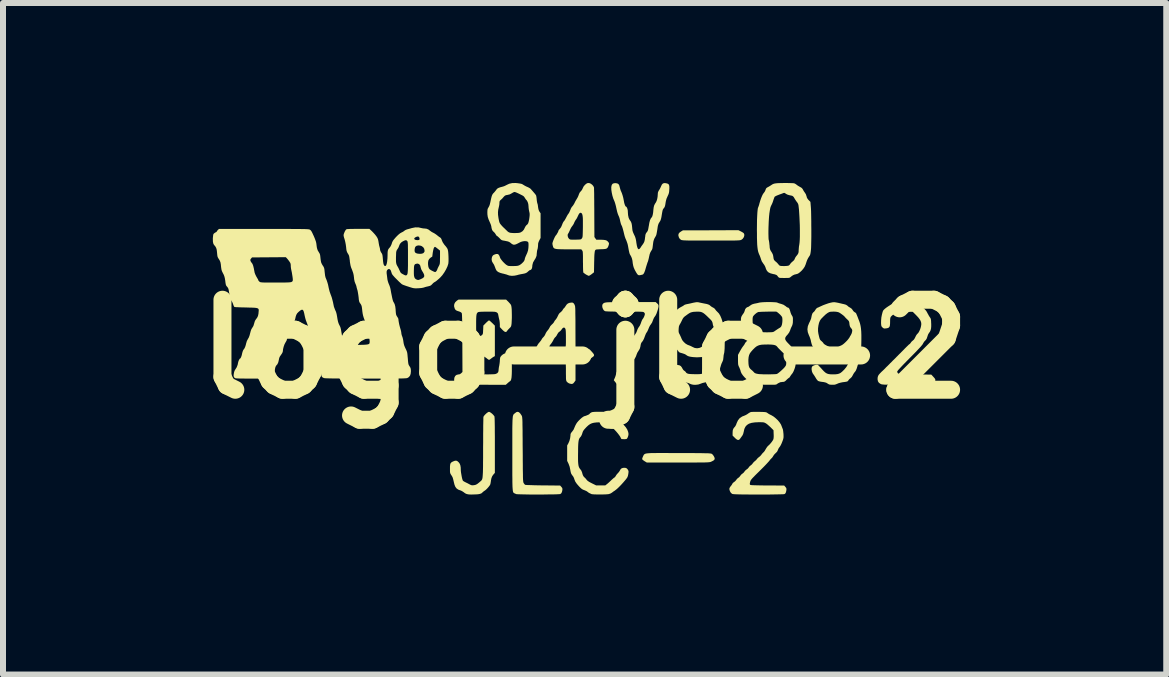
<source format=kicad_pcb>
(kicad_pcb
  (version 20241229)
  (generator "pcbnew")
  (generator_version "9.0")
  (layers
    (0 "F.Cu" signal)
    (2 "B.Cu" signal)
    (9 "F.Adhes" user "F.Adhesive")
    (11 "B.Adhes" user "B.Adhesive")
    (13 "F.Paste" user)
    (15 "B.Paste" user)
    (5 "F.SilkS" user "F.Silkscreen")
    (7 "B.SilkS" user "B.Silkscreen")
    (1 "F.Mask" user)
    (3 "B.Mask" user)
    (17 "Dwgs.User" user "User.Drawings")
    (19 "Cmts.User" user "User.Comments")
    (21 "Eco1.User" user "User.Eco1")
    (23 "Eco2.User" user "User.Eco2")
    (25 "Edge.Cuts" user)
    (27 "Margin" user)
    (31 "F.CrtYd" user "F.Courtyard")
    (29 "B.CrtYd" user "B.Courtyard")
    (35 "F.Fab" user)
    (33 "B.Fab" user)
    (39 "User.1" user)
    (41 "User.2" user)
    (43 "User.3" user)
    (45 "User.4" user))
  (footprint "logo-jlc-2"
    (layer "F.Cu")
    (at 6.693 2.767)
    (property "Reference" "logo-jlc-2" (at 0 0 0) (layer "F.SilkS") (effects (font (size 1.5 1.5) (thickness 0.3))))
    (attr board_only exclude_from_pos_files exclude_from_bom)
    (fp_poly (pts (xy 2.603 -1.961) (xy 2.625 -1.949) (xy 2.644 -1.937) (xy 2.653 -1.929) (xy 2.661 -1.909) (xy 2.66 -1.885) (xy 2.65 -1.859) (xy 2.633 -1.836) (xy 2.611 -1.82) (xy 2.606 -1.818) (xy 2.599 -1.816) (xy 2.589 -1.814) (xy 2.576 -1.812) (xy 2.558 -1.811) (xy 2.535 -1.81) (xy 2.505 -1.809) (xy 2.467 -1.809) (xy 2.421 -1.808) (xy 2.365 -1.808) (xy 2.298 -1.808) (xy 2.22 -1.808) (xy 2.13 -1.808) (xy 2.109 -1.808) (xy 2.016 -1.808) (xy 1.935 -1.808) (xy 1.866 -1.808) (xy 1.808 -1.808) (xy 1.76 -1.809) (xy 1.721 -1.809) (xy 1.689 -1.81) (xy 1.665 -1.811) (xy 1.646 -1.812) (xy 1.632 -1.814) (xy 1.621 -1.815) (xy 1.614 -1.817) (xy 1.608 -1.819) (xy 1.607 -1.82) (xy 1.587 -1.835) (xy 1.572 -1.859) (xy 1.57 -1.864) (xy 1.562 -1.894) (xy 1.565 -1.919) (xy 1.581 -1.941) (xy 1.606 -1.959) (xy 1.638 -1.978) (xy 2.1 -1.979) (xy 2.563 -1.981)) (stroke (width 0) (type solid)) (fill yes) (layer "F.SilkS"))
    (fp_poly (pts (xy 1.319 1.732) (xy 1.399 1.733) (xy 1.491 1.733) (xy 1.57 1.733) (xy 1.669 1.734) (xy 1.754 1.734) (xy 1.828 1.734) (xy 1.891 1.735) (xy 1.943 1.735) (xy 1.987 1.736) (xy 2.022 1.737) (xy 2.05 1.737) (xy 2.072 1.738) (xy 2.088 1.74) (xy 2.1 1.741) (xy 2.109 1.743) (xy 2.115 1.745) (xy 2.12 1.747) (xy 2.122 1.748) (xy 2.138 1.764) (xy 2.154 1.787) (xy 2.165 1.811) (xy 2.168 1.827) (xy 2.163 1.843) (xy 2.147 1.858) (xy 2.118 1.873) (xy 2.11 1.877) (xy 2.104 1.879) (xy 2.097 1.882) (xy 2.089 1.884) (xy 2.078 1.885) (xy 2.064 1.887) (xy 2.046 1.888) (xy 2.023 1.889) (xy 1.993 1.89) (xy 1.956 1.89) (xy 1.911 1.89) (xy 1.857 1.891) (xy 1.792 1.891) (xy 1.717 1.891) (xy 1.629 1.891) (xy 1.556 1.891) (xy 1.036 1.891) (xy 0.999 1.869) (xy 0.979 1.855) (xy 0.965 1.843) (xy 0.959 1.836) (xy 0.96 1.825) (xy 0.966 1.806) (xy 0.973 1.79) (xy 0.978 1.78) (xy 0.982 1.77) (xy 0.987 1.762) (xy 0.993 1.756) (xy 1.001 1.75) (xy 1.011 1.745) (xy 1.026 1.741) (xy 1.046 1.738) (xy 1.072 1.736) (xy 1.104 1.734) (xy 1.144 1.733) (xy 1.193 1.733) (xy 1.251 1.732)) (stroke (width 0) (type solid)) (fill yes) (layer "F.SilkS"))
    (fp_poly (pts (xy -1.096 1.052) (xy -1.075 1.071) (xy -1.053 1.103) (xy -1.049 1.109) (xy -1.047 1.114) (xy -1.045 1.119) (xy -1.043 1.126) (xy -1.041 1.136) (xy -1.04 1.15) (xy -1.038 1.168) (xy -1.037 1.191) (xy -1.036 1.221) (xy -1.036 1.258) (xy -1.035 1.304) (xy -1.034 1.359) (xy -1.034 1.424) (xy -1.033 1.5) (xy -1.033 1.589) (xy -1.032 1.673) (xy -1.031 1.772) (xy -1.031 1.859) (xy -1.03 1.933) (xy -1.03 1.997) (xy -1.029 2.05) (xy -1.028 2.094) (xy -1.028 2.13) (xy -1.027 2.159) (xy -1.026 2.181) (xy -1.024 2.199) (xy -1.023 2.211) (xy -1.021 2.22) (xy -1.019 2.227) (xy -1.017 2.232) (xy -1.015 2.235) (xy -1.003 2.252) (xy -0.992 2.262) (xy -0.991 2.263) (xy -0.982 2.264) (xy -0.96 2.266) (xy -0.928 2.267) (xy -0.887 2.268) (xy -0.837 2.27) (xy -0.782 2.271) (xy -0.721 2.272) (xy -0.694 2.272) (xy -0.408 2.275) (xy -0.387 2.298) (xy -0.374 2.315) (xy -0.37 2.33) (xy -0.371 2.35) (xy -0.378 2.382) (xy -0.389 2.403) (xy -0.405 2.416) (xy -0.406 2.417) (xy -0.416 2.418) (xy -0.439 2.419) (xy -0.472 2.421) (xy -0.514 2.422) (xy -0.563 2.422) (xy -0.618 2.423) (xy -0.677 2.424) (xy -0.739 2.424) (xy -0.801 2.424) (xy -0.863 2.424) (xy -0.922 2.424) (xy -0.977 2.423) (xy -1.027 2.422) (xy -1.069 2.421) (xy -1.103 2.42) (xy -1.126 2.419) (xy -1.136 2.418) (xy -1.157 2.41) (xy -1.17 2.404) (xy -1.176 2.401) (xy -1.181 2.397) (xy -1.186 2.393) (xy -1.19 2.386) (xy -1.193 2.377) (xy -1.196 2.364) (xy -1.198 2.347) (xy -1.2 2.324) (xy -1.202 2.295) (xy -1.203 2.259) (xy -1.204 2.215) (xy -1.204 2.163) (xy -1.205 2.1) (xy -1.205 2.028) (xy -1.205 1.944) (xy -1.205 1.848) (xy -1.205 1.739) (xy -1.205 1.738) (xy -1.205 1.631) (xy -1.205 1.536) (xy -1.205 1.453) (xy -1.205 1.382) (xy -1.205 1.321) (xy -1.204 1.269) (xy -1.203 1.226) (xy -1.202 1.19) (xy -1.2 1.162) (xy -1.198 1.139) (xy -1.196 1.121) (xy -1.192 1.108) (xy -1.189 1.098) (xy -1.184 1.09) (xy -1.179 1.083) (xy -1.172 1.078) (xy -1.165 1.072) (xy -1.16 1.068) (xy -1.137 1.051) (xy -1.116 1.046)) (stroke (width 0) (type solid)) (fill yes) (layer "F.SilkS"))
    (fp_poly (pts (xy -1.579 1.051) (xy -1.559 1.064) (xy -1.538 1.081) (xy -1.519 1.101) (xy -1.505 1.119) (xy -1.503 1.122) (xy -1.502 1.132) (xy -1.5 1.155) (xy -1.499 1.191) (xy -1.498 1.24) (xy -1.497 1.301) (xy -1.497 1.374) (xy -1.496 1.458) (xy -1.496 1.553) (xy -1.496 1.599) (xy -1.496 2.064) (xy -1.517 2.087) (xy -1.539 2.117) (xy -1.553 2.151) (xy -1.562 2.194) (xy -1.562 2.199) (xy -1.566 2.225) (xy -1.57 2.247) (xy -1.573 2.257) (xy -1.583 2.275) (xy -1.6 2.297) (xy -1.621 2.321) (xy -1.642 2.342) (xy -1.66 2.357) (xy -1.664 2.359) (xy -1.683 2.372) (xy -1.701 2.388) (xy -1.703 2.39) (xy -1.722 2.406) (xy -1.749 2.415) (xy -1.759 2.417) (xy -1.778 2.42) (xy -1.806 2.422) (xy -1.838 2.423) (xy -1.872 2.424) (xy -1.902 2.424) (xy -1.927 2.423) (xy -1.942 2.421) (xy -1.943 2.421) (xy -1.955 2.418) (xy -1.968 2.415) (xy -1.984 2.408) (xy -2.004 2.395) (xy -2.015 2.386) (xy -2.038 2.371) (xy -2.062 2.358) (xy -2.073 2.355) (xy -2.107 2.342) (xy -2.134 2.323) (xy -2.154 2.297) (xy -2.169 2.26) (xy -2.181 2.212) (xy -2.181 2.21) (xy -2.19 2.173) (xy -2.198 2.144) (xy -2.209 2.121) (xy -2.22 2.104) (xy -2.231 2.087) (xy -2.238 2.073) (xy -2.242 2.059) (xy -2.244 2.04) (xy -2.244 2.012) (xy -2.244 1.997) (xy -2.244 1.957) (xy -2.241 1.928) (xy -2.236 1.908) (xy -2.226 1.894) (xy -2.212 1.883) (xy -2.192 1.873) (xy -2.163 1.862) (xy -2.141 1.86) (xy -2.122 1.867) (xy -2.101 1.885) (xy -2.1 1.886) (xy -2.082 1.91) (xy -2.071 1.938) (xy -2.065 1.975) (xy -2.064 2.006) (xy -2.063 2.032) (xy -2.059 2.064) (xy -2.053 2.098) (xy -2.047 2.132) (xy -2.04 2.162) (xy -2.033 2.184) (xy -2.028 2.194) (xy -2.017 2.203) (xy -1.998 2.214) (xy -1.978 2.224) (xy -1.951 2.237) (xy -1.925 2.251) (xy -1.91 2.259) (xy -1.89 2.268) (xy -1.871 2.271) (xy -1.847 2.269) (xy -1.824 2.265) (xy -1.804 2.257) (xy -1.783 2.244) (xy -1.758 2.224) (xy -1.743 2.211) (xy -1.734 2.203) (xy -1.726 2.196) (xy -1.719 2.189) (xy -1.713 2.18) (xy -1.708 2.17) (xy -1.704 2.156) (xy -1.701 2.138) (xy -1.699 2.115) (xy -1.697 2.086) (xy -1.695 2.05) (xy -1.694 2.005) (xy -1.693 1.952) (xy -1.693 1.888) (xy -1.692 1.814) (xy -1.692 1.727) (xy -1.692 1.642) (xy -1.691 1.56) (xy -1.691 1.482) (xy -1.691 1.408) (xy -1.69 1.341) (xy -1.69 1.282) (xy -1.689 1.23) (xy -1.688 1.188) (xy -1.688 1.157) (xy -1.687 1.138) (xy -1.687 1.132) (xy -1.679 1.116) (xy -1.663 1.097) (xy -1.643 1.077) (xy -1.622 1.06) (xy -1.604 1.049) (xy -1.593 1.046)) (stroke (width 0) (type solid)) (fill yes) (layer "F.SilkS"))
    (fp_poly (pts (xy 1.208 -0.761) (xy 1.222 -0.748) (xy 1.23 -0.733) (xy 1.232 -0.716) (xy 1.229 -0.693) (xy 1.221 -0.661) (xy 1.212 -0.632) (xy 1.197 -0.589) (xy 1.181 -0.557) (xy 1.171 -0.543) (xy 1.156 -0.521) (xy 1.143 -0.492) (xy 1.138 -0.478) (xy 1.124 -0.442) (xy 1.105 -0.413) (xy 1.089 -0.391) (xy 1.074 -0.361) (xy 1.067 -0.344) (xy 1.056 -0.317) (xy 1.044 -0.292) (xy 1.034 -0.277) (xy 1.023 -0.26) (xy 1.012 -0.234) (xy 1.001 -0.206) (xy 1.001 -0.204) (xy 0.988 -0.171) (xy 0.974 -0.143) (xy 0.964 -0.128) (xy 0.952 -0.114) (xy 0.944 -0.101) (xy 0.938 -0.086) (xy 0.933 -0.064) (xy 0.929 -0.039) (xy 0.918 -0.003) (xy 0.899 0.028) (xy 0.898 0.03) (xy 0.879 0.06) (xy 0.865 0.094) (xy 0.864 0.099) (xy 0.851 0.132) (xy 0.834 0.161) (xy 0.831 0.164) (xy 0.815 0.185) (xy 0.803 0.204) (xy 0.795 0.229) (xy 0.79 0.247) (xy 0.781 0.269) (xy 0.767 0.294) (xy 0.759 0.306) (xy 0.743 0.332) (xy 0.73 0.362) (xy 0.725 0.377) (xy 0.712 0.411) (xy 0.694 0.442) (xy 0.691 0.445) (xy 0.676 0.465) (xy 0.665 0.484) (xy 0.662 0.492) (xy 0.653 0.52) (xy 0.642 0.54) (xy 0.627 0.554) (xy 0.604 0.568) (xy 0.577 0.581) (xy 0.558 0.587) (xy 0.545 0.586) (xy 0.533 0.577) (xy 0.529 0.573) (xy 0.515 0.556) (xy 0.501 0.538) (xy 0.486 0.519) (xy 0.502 0.483) (xy 0.512 0.458) (xy 0.52 0.433) (xy 0.522 0.423) (xy 0.531 0.389) (xy 0.543 0.366) (xy 0.559 0.349) (xy 0.561 0.348) (xy 0.574 0.334) (xy 0.584 0.313) (xy 0.593 0.286) (xy 0.608 0.246) (xy 0.627 0.216) (xy 0.627 0.215) (xy 0.641 0.195) (xy 0.655 0.168) (xy 0.664 0.144) (xy 0.673 0.12) (xy 0.683 0.1) (xy 0.69 0.089) (xy 0.704 0.073) (xy 0.717 0.048) (xy 0.727 0.019) (xy 0.731 0.003) (xy 0.738 -0.026) (xy 0.75 -0.048) (xy 0.769 -0.069) (xy 0.773 -0.073) (xy 0.785 -0.086) (xy 0.793 -0.1) (xy 0.797 -0.119) (xy 0.8 -0.142) (xy 0.804 -0.174) (xy 0.81 -0.196) (xy 0.819 -0.215) (xy 0.835 -0.236) (xy 0.842 -0.245) (xy 0.859 -0.271) (xy 0.872 -0.301) (xy 0.873 -0.306) (xy 0.884 -0.334) (xy 0.9 -0.362) (xy 0.904 -0.367) (xy 0.92 -0.391) (xy 0.934 -0.422) (xy 0.941 -0.442) (xy 0.95 -0.467) (xy 0.96 -0.489) (xy 0.969 -0.502) (xy 0.969 -0.502) (xy 0.979 -0.516) (xy 0.99 -0.537) (xy 0.999 -0.561) (xy 1.004 -0.582) (xy 1.004 -0.587) (xy 1 -0.598) (xy 0.991 -0.61) (xy 0.987 -0.613) (xy 0.982 -0.616) (xy 0.975 -0.618) (xy 0.964 -0.62) (xy 0.949 -0.621) (xy 0.927 -0.622) (xy 0.898 -0.623) (xy 0.86 -0.623) (xy 0.813 -0.623) (xy 0.754 -0.623) (xy 0.683 -0.623) (xy 0.669 -0.623) (xy 0.584 -0.624) (xy 0.511 -0.624) (xy 0.451 -0.625) (xy 0.403 -0.626) (xy 0.369 -0.628) (xy 0.347 -0.63) (xy 0.341 -0.631) (xy 0.322 -0.643) (xy 0.307 -0.665) (xy 0.297 -0.69) (xy 0.293 -0.717) (xy 0.296 -0.739) (xy 0.302 -0.749) (xy 0.308 -0.756) (xy 0.314 -0.762) (xy 0.321 -0.767) (xy 0.331 -0.771) (xy 0.343 -0.774) (xy 0.359 -0.777) (xy 0.381 -0.779) (xy 0.409 -0.78) (xy 0.444 -0.781) (xy 0.488 -0.782) (xy 0.541 -0.782) (xy 0.605 -0.783) (xy 0.681 -0.783) (xy 0.768 -0.783) (xy 1.184 -0.783)) (stroke (width 0) (type solid)) (fill yes) (layer "F.SilkS"))
    (fp_poly (pts (xy 0.078 -2.766) (xy 0.104 -2.755) (xy 0.128 -2.736) (xy 0.147 -2.713) (xy 0.156 -2.692) (xy 0.157 -2.683) (xy 0.157 -2.661) (xy 0.158 -2.627) (xy 0.159 -2.584) (xy 0.159 -2.532) (xy 0.16 -2.472) (xy 0.16 -2.406) (xy 0.161 -2.335) (xy 0.161 -2.272) (xy 0.163 -1.867) (xy 0.179 -1.844) (xy 0.195 -1.822) (xy 0.269 -1.822) (xy 0.312 -1.82) (xy 0.344 -1.816) (xy 0.367 -1.808) (xy 0.385 -1.794) (xy 0.399 -1.777) (xy 0.405 -1.766) (xy 0.406 -1.755) (xy 0.403 -1.739) (xy 0.399 -1.726) (xy 0.39 -1.702) (xy 0.379 -1.685) (xy 0.365 -1.674) (xy 0.344 -1.668) (xy 0.314 -1.665) (xy 0.285 -1.664) (xy 0.253 -1.663) (xy 0.225 -1.661) (xy 0.204 -1.66) (xy 0.196 -1.659) (xy 0.186 -1.656) (xy 0.179 -1.65) (xy 0.173 -1.64) (xy 0.169 -1.625) (xy 0.166 -1.603) (xy 0.163 -1.572) (xy 0.161 -1.531) (xy 0.16 -1.478) (xy 0.159 -1.452) (xy 0.156 -1.279) (xy 0.118 -1.249) (xy 0.097 -1.234) (xy 0.08 -1.224) (xy 0.069 -1.22) (xy 0.069 -1.22) (xy 0.058 -1.224) (xy 0.04 -1.233) (xy 0.021 -1.243) (xy 0.001 -1.257) (xy -0.015 -1.269) (xy -0.022 -1.276) (xy -0.023 -1.285) (xy -0.025 -1.306) (xy -0.026 -1.337) (xy -0.027 -1.376) (xy -0.027 -1.42) (xy -0.028 -1.455) (xy -0.028 -1.509) (xy -0.028 -1.55) (xy -0.029 -1.58) (xy -0.03 -1.603) (xy -0.031 -1.619) (xy -0.034 -1.629) (xy -0.037 -1.637) (xy -0.041 -1.643) (xy -0.042 -1.644) (xy -0.056 -1.662) (xy -0.268 -1.662) (xy -0.333 -1.662) (xy -0.385 -1.663) (xy -0.427 -1.664) (xy -0.459 -1.666) (xy -0.483 -1.67) (xy -0.501 -1.675) (xy -0.513 -1.683) (xy -0.521 -1.693) (xy -0.526 -1.706) (xy -0.531 -1.723) (xy -0.533 -1.731) (xy -0.536 -1.747) (xy -0.537 -1.761) (xy -0.533 -1.778) (xy -0.525 -1.802) (xy -0.519 -1.817) (xy -0.507 -1.845) (xy -0.495 -1.87) (xy -0.484 -1.888) (xy -0.482 -1.891) (xy -0.469 -1.906) (xy -0.283 -1.906) (xy -0.282 -1.883) (xy -0.275 -1.859) (xy -0.261 -1.839) (xy -0.26 -1.837) (xy -0.251 -1.831) (xy -0.242 -1.826) (xy -0.23 -1.824) (xy -0.211 -1.823) (xy -0.184 -1.823) (xy -0.151 -1.823) (xy -0.114 -1.824) (xy -0.088 -1.825) (xy -0.071 -1.827) (xy -0.061 -1.83) (xy -0.054 -1.835) (xy -0.047 -1.843) (xy -0.046 -1.845) (xy -0.041 -1.852) (xy -0.038 -1.859) (xy -0.035 -1.87) (xy -0.033 -1.886) (xy -0.032 -1.908) (xy -0.031 -1.938) (xy -0.03 -1.978) (xy -0.029 -2.031) (xy -0.029 -2.035) (xy -0.029 -2.097) (xy -0.029 -2.147) (xy -0.03 -2.185) (xy -0.033 -2.215) (xy -0.037 -2.236) (xy -0.042 -2.251) (xy -0.049 -2.262) (xy -0.057 -2.268) (xy -0.071 -2.272) (xy -0.085 -2.264) (xy -0.099 -2.244) (xy -0.111 -2.219) (xy -0.123 -2.193) (xy -0.136 -2.169) (xy -0.146 -2.156) (xy -0.159 -2.136) (xy -0.171 -2.112) (xy -0.173 -2.107) (xy -0.183 -2.084) (xy -0.199 -2.059) (xy -0.206 -2.05) (xy -0.222 -2.028) (xy -0.237 -2) (xy -0.246 -1.98) (xy -0.257 -1.956) (xy -0.267 -1.935) (xy -0.274 -1.925) (xy -0.283 -1.906) (xy -0.469 -1.906) (xy -0.468 -1.908) (xy -0.455 -1.93) (xy -0.443 -1.951) (xy -0.437 -1.968) (xy -0.436 -1.972) (xy -0.432 -1.982) (xy -0.42 -1.996) (xy -0.413 -2.004) (xy -0.393 -2.031) (xy -0.377 -2.067) (xy -0.375 -2.073) (xy -0.365 -2.098) (xy -0.354 -2.119) (xy -0.345 -2.131) (xy -0.334 -2.144) (xy -0.322 -2.165) (xy -0.311 -2.185) (xy -0.297 -2.212) (xy -0.282 -2.239) (xy -0.271 -2.253) (xy -0.256 -2.277) (xy -0.244 -2.304) (xy -0.239 -2.316) (xy -0.228 -2.344) (xy -0.213 -2.369) (xy -0.207 -2.375) (xy -0.192 -2.394) (xy -0.176 -2.419) (xy -0.165 -2.441) (xy -0.152 -2.467) (xy -0.137 -2.492) (xy -0.128 -2.507) (xy -0.116 -2.528) (xy -0.104 -2.554) (xy -0.099 -2.569) (xy -0.084 -2.605) (xy -0.065 -2.628) (xy -0.046 -2.65) (xy -0.032 -2.678) (xy -0.031 -2.681) (xy -0.016 -2.711) (xy 0.006 -2.737) (xy 0.032 -2.758) (xy 0.054 -2.767)) (stroke (width 0) (type solid)) (fill yes) (layer "F.SilkS"))
    (fp_poly (pts (xy -0.196 -0.772) (xy -0.184 -0.763) (xy -0.181 -0.76) (xy -0.169 -0.741) (xy -0.16 -0.718) (xy -0.159 -0.712) (xy -0.158 -0.699) (xy -0.156 -0.674) (xy -0.155 -0.638) (xy -0.155 -0.593) (xy -0.154 -0.539) (xy -0.153 -0.48) (xy -0.153 -0.416) (xy -0.153 -0.358) (xy -0.152 -0.034) (xy -0.135 -0.018) (xy -0.123 -0.008) (xy -0.108 -0.001) (xy -0.089 0.003) (xy -0.063 0.006) (xy -0.027 0.007) (xy 0.005 0.007) (xy 0.084 0.007) (xy 0.122 0.047) (xy 0.144 0.073) (xy 0.156 0.093) (xy 0.157 0.108) (xy 0.148 0.122) (xy 0.13 0.136) (xy 0.11 0.15) (xy 0.093 0.164) (xy 0.089 0.169) (xy 0.082 0.175) (xy 0.074 0.18) (xy 0.06 0.182) (xy 0.039 0.182) (xy 0.008 0.181) (xy -0.043 0.182) (xy -0.083 0.186) (xy -0.113 0.196) (xy -0.135 0.211) (xy -0.136 0.211) (xy -0.141 0.217) (xy -0.145 0.224) (xy -0.148 0.232) (xy -0.15 0.245) (xy -0.152 0.265) (xy -0.152 0.292) (xy -0.152 0.33) (xy -0.152 0.376) (xy -0.152 0.524) (xy -0.173 0.553) (xy -0.188 0.571) (xy -0.201 0.579) (xy -0.216 0.582) (xy -0.217 0.582) (xy -0.24 0.578) (xy -0.26 0.572) (xy -0.28 0.56) (xy -0.297 0.544) (xy -0.302 0.537) (xy -0.305 0.529) (xy -0.308 0.518) (xy -0.31 0.503) (xy -0.311 0.481) (xy -0.311 0.451) (xy -0.312 0.409) (xy -0.312 0.374) (xy -0.312 0.32) (xy -0.313 0.278) (xy -0.314 0.246) (xy -0.318 0.224) (xy -0.324 0.208) (xy -0.332 0.199) (xy -0.344 0.192) (xy -0.359 0.189) (xy -0.371 0.187) (xy -0.387 0.185) (xy -0.415 0.184) (xy -0.452 0.182) (xy -0.496 0.181) (xy -0.545 0.181) (xy -0.598 0.181) (xy -0.598 0.181) (xy -0.655 0.18) (xy -0.7 0.18) (xy -0.735 0.179) (xy -0.761 0.178) (xy -0.78 0.177) (xy -0.795 0.174) (xy -0.805 0.172) (xy -0.814 0.168) (xy -0.817 0.167) (xy -0.844 0.147) (xy -0.86 0.123) (xy -0.866 0.09) (xy -0.866 0.084) (xy -0.863 0.046) (xy -0.852 0.019) (xy -0.834 -0.000278) (xy -0.83 -0.003) (xy -0.812 -0.02) (xy -0.802 -0.035) (xy -0.588 -0.035) (xy -0.58 -0.017) (xy -0.571 -0.007) (xy -0.561 -0.001) (xy -0.55 0.003) (xy -0.535 0.005) (xy -0.511 0.006) (xy -0.478 0.007) (xy -0.468 0.007) (xy -0.433 0.006) (xy -0.399 0.005) (xy -0.372 0.003) (xy -0.357 0.000216) (xy -0.343 -0.004) (xy -0.332 -0.008) (xy -0.324 -0.016) (xy -0.318 -0.029) (xy -0.315 -0.047) (xy -0.313 -0.074) (xy -0.312 -0.111) (xy -0.312 -0.159) (xy -0.312 -0.175) (xy -0.312 -0.226) (xy -0.313 -0.265) (xy -0.314 -0.294) (xy -0.316 -0.315) (xy -0.318 -0.329) (xy -0.322 -0.339) (xy -0.322 -0.34) (xy -0.335 -0.356) (xy -0.35 -0.358) (xy -0.368 -0.347) (xy -0.383 -0.327) (xy -0.398 -0.308) (xy -0.415 -0.292) (xy -0.422 -0.288) (xy -0.437 -0.275) (xy -0.452 -0.252) (xy -0.457 -0.243) (xy -0.469 -0.221) (xy -0.482 -0.204) (xy -0.489 -0.198) (xy -0.5 -0.186) (xy -0.513 -0.166) (xy -0.522 -0.148) (xy -0.537 -0.121) (xy -0.554 -0.095) (xy -0.565 -0.082) (xy -0.583 -0.057) (xy -0.588 -0.035) (xy -0.802 -0.035) (xy -0.797 -0.045) (xy -0.796 -0.047) (xy -0.783 -0.071) (xy -0.765 -0.097) (xy -0.755 -0.108) (xy -0.738 -0.129) (xy -0.722 -0.15) (xy -0.717 -0.16) (xy -0.703 -0.182) (xy -0.685 -0.201) (xy -0.685 -0.201) (xy -0.67 -0.219) (xy -0.657 -0.242) (xy -0.655 -0.248) (xy -0.644 -0.271) (xy -0.628 -0.296) (xy -0.617 -0.309) (xy -0.6 -0.331) (xy -0.587 -0.352) (xy -0.582 -0.363) (xy -0.572 -0.381) (xy -0.555 -0.4) (xy -0.546 -0.409) (xy -0.528 -0.426) (xy -0.513 -0.445) (xy -0.509 -0.453) (xy -0.497 -0.474) (xy -0.482 -0.491) (xy -0.471 -0.506) (xy -0.457 -0.529) (xy -0.446 -0.552) (xy -0.431 -0.582) (xy -0.415 -0.602) (xy -0.404 -0.61) (xy -0.386 -0.626) (xy -0.369 -0.646) (xy -0.366 -0.652) (xy -0.356 -0.668) (xy -0.348 -0.678) (xy -0.346 -0.679) (xy -0.34 -0.684) (xy -0.329 -0.698) (xy -0.319 -0.713) (xy -0.299 -0.742) (xy -0.278 -0.76) (xy -0.252 -0.77) (xy -0.231 -0.773) (xy -0.21 -0.775)) (stroke (width 0) (type solid)) (fill yes) (layer "F.SilkS"))
    (fp_poly (pts (xy 0.301 1.046) (xy 0.338 1.047) (xy 0.367 1.05) (xy 0.388 1.054) (xy 0.405 1.06) (xy 0.419 1.069) (xy 0.433 1.081) (xy 0.448 1.091) (xy 0.469 1.102) (xy 0.478 1.105) (xy 0.496 1.114) (xy 0.515 1.126) (xy 0.536 1.142) (xy 0.56 1.164) (xy 0.588 1.193) (xy 0.621 1.229) (xy 0.662 1.275) (xy 0.688 1.306) (xy 0.711 1.343) (xy 0.724 1.377) (xy 0.73 1.402) (xy 0.731 1.42) (xy 0.729 1.436) (xy 0.724 1.455) (xy 0.716 1.476) (xy 0.707 1.491) (xy 0.703 1.496) (xy 0.691 1.5) (xy 0.67 1.502) (xy 0.653 1.502) (xy 0.613 1.5) (xy 0.591 1.458) (xy 0.576 1.436) (xy 0.554 1.407) (xy 0.527 1.375) (xy 0.496 1.342) (xy 0.463 1.309) (xy 0.432 1.279) (xy 0.404 1.254) (xy 0.382 1.237) (xy 0.375 1.233) (xy 0.361 1.227) (xy 0.348 1.223) (xy 0.333 1.22) (xy 0.311 1.22) (xy 0.281 1.22) (xy 0.25 1.221) (xy 0.198 1.223) (xy 0.156 1.228) (xy 0.123 1.236) (xy 0.094 1.249) (xy 0.067 1.267) (xy 0.039 1.292) (xy 0.024 1.307) (xy -0.000139 1.333) (xy -0.016 1.353) (xy -0.027 1.371) (xy -0.035 1.391) (xy -0.038 1.402) (xy -0.047 1.428) (xy -0.058 1.45) (xy -0.066 1.462) (xy -0.078 1.475) (xy -0.087 1.488) (xy -0.094 1.504) (xy -0.099 1.523) (xy -0.103 1.548) (xy -0.106 1.581) (xy -0.108 1.623) (xy -0.109 1.676) (xy -0.109 1.709) (xy -0.11 1.777) (xy -0.11 1.833) (xy -0.109 1.878) (xy -0.106 1.914) (xy -0.102 1.942) (xy -0.096 1.964) (xy -0.088 1.981) (xy -0.079 1.995) (xy -0.073 2.002) (xy -0.055 2.026) (xy -0.042 2.058) (xy -0.039 2.071) (xy -0.03 2.1) (xy -0.019 2.121) (xy -0.003 2.139) (xy -0.001 2.14) (xy 0.017 2.158) (xy 0.032 2.177) (xy 0.037 2.183) (xy 0.051 2.197) (xy 0.078 2.215) (xy 0.118 2.236) (xy 0.12 2.237) (xy 0.191 2.272) (xy 0.268 2.272) (xy 0.345 2.272) (xy 0.378 2.246) (xy 0.399 2.228) (xy 0.425 2.204) (xy 0.449 2.181) (xy 0.45 2.18) (xy 0.47 2.162) (xy 0.486 2.148) (xy 0.496 2.141) (xy 0.498 2.14) (xy 0.505 2.135) (xy 0.515 2.121) (xy 0.519 2.114) (xy 0.533 2.092) (xy 0.551 2.072) (xy 0.553 2.069) (xy 0.571 2.05) (xy 0.586 2.027) (xy 0.588 2.024) (xy 0.601 2.001) (xy 0.615 1.989) (xy 0.634 1.982) (xy 0.653 1.979) (xy 0.682 1.98) (xy 0.704 1.99) (xy 0.721 2.011) (xy 0.724 2.017) (xy 0.73 2.03) (xy 0.732 2.045) (xy 0.73 2.065) (xy 0.727 2.086) (xy 0.721 2.114) (xy 0.713 2.136) (xy 0.699 2.157) (xy 0.687 2.173) (xy 0.647 2.22) (xy 0.608 2.263) (xy 0.571 2.301) (xy 0.538 2.332) (xy 0.511 2.353) (xy 0.507 2.357) (xy 0.483 2.372) (xy 0.462 2.388) (xy 0.449 2.397) (xy 0.43 2.408) (xy 0.406 2.416) (xy 0.397 2.418) (xy 0.377 2.42) (xy 0.348 2.422) (xy 0.312 2.423) (xy 0.272 2.423) (xy 0.231 2.423) (xy 0.193 2.423) (xy 0.159 2.422) (xy 0.133 2.42) (xy 0.118 2.418) (xy 0.117 2.418) (xy 0.072 2.397) (xy 0.048 2.379) (xy 0.032 2.368) (xy 0.008 2.357) (xy -0.007 2.351) (xy -0.028 2.343) (xy -0.048 2.331) (xy -0.068 2.314) (xy -0.092 2.29) (xy -0.121 2.257) (xy -0.131 2.245) (xy -0.155 2.21) (xy -0.17 2.174) (xy -0.17 2.173) (xy -0.178 2.149) (xy -0.189 2.127) (xy -0.194 2.12) (xy -0.212 2.096) (xy -0.224 2.076) (xy -0.231 2.054) (xy -0.237 2.025) (xy -0.239 2.012) (xy -0.25 1.96) (xy -0.267 1.914) (xy -0.269 1.909) (xy -0.291 1.864) (xy -0.291 1.735) (xy -0.291 1.607) (xy -0.271 1.571) (xy -0.254 1.532) (xy -0.242 1.488) (xy -0.236 1.442) (xy -0.236 1.429) (xy -0.232 1.41) (xy -0.221 1.391) (xy -0.209 1.377) (xy -0.184 1.343) (xy -0.168 1.305) (xy -0.156 1.277) (xy -0.139 1.245) (xy -0.125 1.224) (xy -0.102 1.197) (xy -0.075 1.17) (xy -0.048 1.146) (xy -0.023 1.128) (xy -0.003 1.118) (xy -0.001 1.118) (xy 0.02 1.112) (xy 0.042 1.103) (xy 0.063 1.094) (xy 0.078 1.085) (xy 0.083 1.08) (xy 0.088 1.072) (xy 0.102 1.062) (xy 0.106 1.06) (xy 0.115 1.055) (xy 0.126 1.051) (xy 0.141 1.049) (xy 0.161 1.047) (xy 0.19 1.046) (xy 0.23 1.046) (xy 0.251 1.046)) (stroke (width 0) (type solid)) (fill yes) (layer "F.SilkS"))
    (fp_poly (pts (xy 5.31 -0.782) (xy 5.354 -0.781) (xy 5.401 -0.78) (xy 5.436 -0.779) (xy 5.462 -0.777) (xy 5.482 -0.775) (xy 5.5 -0.771) (xy 5.516 -0.766) (xy 5.53 -0.761) (xy 5.573 -0.739) (xy 5.619 -0.707) (xy 5.629 -0.699) (xy 5.657 -0.674) (xy 5.677 -0.654) (xy 5.693 -0.635) (xy 5.706 -0.613) (xy 5.721 -0.584) (xy 5.723 -0.582) (xy 5.736 -0.557) (xy 5.75 -0.535) (xy 5.758 -0.524) (xy 5.764 -0.514) (xy 5.769 -0.503) (xy 5.772 -0.487) (xy 5.774 -0.464) (xy 5.775 -0.43) (xy 5.776 -0.423) (xy 5.776 -0.377) (xy 5.773 -0.343) (xy 5.766 -0.315) (xy 5.755 -0.29) (xy 5.737 -0.265) (xy 5.736 -0.263) (xy 5.726 -0.247) (xy 5.717 -0.223) (xy 5.711 -0.204) (xy 5.701 -0.175) (xy 5.688 -0.154) (xy 5.677 -0.142) (xy 5.658 -0.122) (xy 5.643 -0.098) (xy 5.639 -0.09) (xy 5.633 -0.079) (xy 5.621 -0.064) (xy 5.604 -0.043) (xy 5.58 -0.017) (xy 5.549 0.016) (xy 5.51 0.057) (xy 5.462 0.106) (xy 5.417 0.151) (xy 5.361 0.208) (xy 5.315 0.255) (xy 5.278 0.294) (xy 5.249 0.325) (xy 5.228 0.348) (xy 5.215 0.365) (xy 5.209 0.375) (xy 5.209 0.377) (xy 5.214 0.393) (xy 5.223 0.406) (xy 5.228 0.409) (xy 5.234 0.412) (xy 5.243 0.414) (xy 5.256 0.416) (xy 5.275 0.418) (xy 5.301 0.419) (xy 5.335 0.42) (xy 5.379 0.421) (xy 5.434 0.422) (xy 5.501 0.422) (xy 5.507 0.423) (xy 5.777 0.426) (xy 5.811 0.462) (xy 5.834 0.488) (xy 5.845 0.51) (xy 5.844 0.527) (xy 5.832 0.543) (xy 5.828 0.547) (xy 5.813 0.557) (xy 5.803 0.561) (xy 5.803 0.561) (xy 5.794 0.565) (xy 5.779 0.575) (xy 5.776 0.578) (xy 5.755 0.596) (xy 5.359 0.596) (xy 5.274 0.595) (xy 5.203 0.595) (xy 5.143 0.595) (xy 5.093 0.595) (xy 5.053 0.594) (xy 5.02 0.594) (xy 4.995 0.593) (xy 4.976 0.591) (xy 4.962 0.59) (xy 4.951 0.588) (xy 4.943 0.586) (xy 4.936 0.583) (xy 4.935 0.583) (xy 4.905 0.563) (xy 4.888 0.537) (xy 4.882 0.504) (xy 4.882 0.497) (xy 4.884 0.471) (xy 4.89 0.45) (xy 4.901 0.43) (xy 4.92 0.408) (xy 4.947 0.38) (xy 4.947 0.38) (xy 4.97 0.359) (xy 4.99 0.34) (xy 5.004 0.326) (xy 5.008 0.322) (xy 5.019 0.31) (xy 5.035 0.294) (xy 5.043 0.287) (xy 5.058 0.272) (xy 5.07 0.26) (xy 5.073 0.257) (xy 5.08 0.25) (xy 5.094 0.235) (xy 5.115 0.215) (xy 5.138 0.191) (xy 5.14 0.189) (xy 5.165 0.165) (xy 5.187 0.143) (xy 5.204 0.125) (xy 5.214 0.116) (xy 5.214 0.116) (xy 5.226 0.103) (xy 5.243 0.086) (xy 5.25 0.079) (xy 5.266 0.064) (xy 5.277 0.052) (xy 5.28 0.049) (xy 5.309 0.02) (xy 5.337 -0.009) (xy 5.363 -0.035) (xy 5.386 -0.057) (xy 5.403 -0.074) (xy 5.414 -0.082) (xy 5.416 -0.083) (xy 5.423 -0.089) (xy 5.433 -0.102) (xy 5.436 -0.107) (xy 5.451 -0.126) (xy 5.47 -0.142) (xy 5.471 -0.143) (xy 5.488 -0.158) (xy 5.504 -0.184) (xy 5.511 -0.199) (xy 5.524 -0.225) (xy 5.538 -0.246) (xy 5.548 -0.256) (xy 5.563 -0.273) (xy 5.578 -0.299) (xy 5.592 -0.331) (xy 5.603 -0.366) (xy 5.609 -0.398) (xy 5.611 -0.417) (xy 5.608 -0.443) (xy 5.599 -0.47) (xy 5.583 -0.497) (xy 5.559 -0.528) (xy 5.524 -0.565) (xy 5.519 -0.57) (xy 5.469 -0.62) (xy 5.361 -0.622) (xy 5.31 -0.623) (xy 5.271 -0.623) (xy 5.24 -0.621) (xy 5.217 -0.617) (xy 5.198 -0.612) (xy 5.182 -0.604) (xy 5.166 -0.592) (xy 5.163 -0.59) (xy 5.134 -0.567) (xy 5.114 -0.55) (xy 5.101 -0.535) (xy 5.095 -0.52) (xy 5.092 -0.501) (xy 5.091 -0.476) (xy 5.091 -0.462) (xy 5.09 -0.42) (xy 5.087 -0.39) (xy 5.08 -0.37) (xy 5.068 -0.357) (xy 5.05 -0.349) (xy 5.023 -0.344) (xy 5.02 -0.344) (xy 4.998 -0.342) (xy 4.984 -0.345) (xy 4.969 -0.355) (xy 4.965 -0.359) (xy 4.954 -0.37) (xy 4.947 -0.381) (xy 4.943 -0.396) (xy 4.941 -0.419) (xy 4.94 -0.434) (xy 4.941 -0.477) (xy 4.945 -0.525) (xy 4.954 -0.572) (xy 4.965 -0.614) (xy 4.971 -0.632) (xy 4.978 -0.645) (xy 4.989 -0.657) (xy 5.005 -0.672) (xy 5.028 -0.69) (xy 5.06 -0.712) (xy 5.097 -0.736) (xy 5.112 -0.744) (xy 5.136 -0.753) (xy 5.164 -0.763) (xy 5.171 -0.766) (xy 5.191 -0.772) (xy 5.209 -0.776) (xy 5.227 -0.779) (xy 5.248 -0.781) (xy 5.275 -0.782)) (stroke (width 0) (type solid)) (fill yes) (layer "F.SilkS"))
    (fp_poly (pts (xy 1.354 -2.764) (xy 1.379 -2.758) (xy 1.397 -2.749) (xy 1.407 -2.733) (xy 1.412 -2.709) (xy 1.412 -2.674) (xy 1.411 -2.662) (xy 1.409 -2.628) (xy 1.405 -2.603) (xy 1.398 -2.58) (xy 1.386 -2.554) (xy 1.382 -2.545) (xy 1.364 -2.504) (xy 1.353 -2.461) (xy 1.348 -2.431) (xy 1.343 -2.399) (xy 1.337 -2.377) (xy 1.33 -2.361) (xy 1.319 -2.347) (xy 1.319 -2.347) (xy 1.31 -2.335) (xy 1.303 -2.322) (xy 1.298 -2.305) (xy 1.293 -2.28) (xy 1.287 -2.245) (xy 1.286 -2.239) (xy 1.28 -2.201) (xy 1.274 -2.174) (xy 1.268 -2.154) (xy 1.261 -2.137) (xy 1.251 -2.121) (xy 1.249 -2.118) (xy 1.231 -2.087) (xy 1.221 -2.054) (xy 1.218 -2.037) (xy 1.211 -1.99) (xy 1.205 -1.954) (xy 1.2 -1.927) (xy 1.196 -1.908) (xy 1.191 -1.893) (xy 1.185 -1.881) (xy 1.178 -1.869) (xy 1.178 -1.869) (xy 1.163 -1.843) (xy 1.153 -1.818) (xy 1.145 -1.789) (xy 1.14 -1.753) (xy 1.137 -1.728) (xy 1.133 -1.696) (xy 1.129 -1.673) (xy 1.122 -1.655) (xy 1.111 -1.638) (xy 1.109 -1.635) (xy 1.095 -1.61) (xy 1.084 -1.58) (xy 1.076 -1.545) (xy 1.069 -1.512) (xy 1.061 -1.48) (xy 1.053 -1.454) (xy 1.051 -1.451) (xy 1.043 -1.428) (xy 1.033 -1.397) (xy 1.023 -1.364) (xy 1.02 -1.354) (xy 1.008 -1.311) (xy 0.996 -1.279) (xy 0.985 -1.258) (xy 0.974 -1.245) (xy 0.963 -1.24) (xy 0.933 -1.233) (xy 0.913 -1.23) (xy 0.9 -1.231) (xy 0.889 -1.237) (xy 0.883 -1.242) (xy 0.873 -1.255) (xy 0.859 -1.277) (xy 0.844 -1.304) (xy 0.837 -1.316) (xy 0.82 -1.354) (xy 0.81 -1.387) (xy 0.803 -1.423) (xy 0.802 -1.43) (xy 0.797 -1.473) (xy 0.789 -1.507) (xy 0.779 -1.534) (xy 0.766 -1.559) (xy 0.765 -1.56) (xy 0.758 -1.572) (xy 0.752 -1.584) (xy 0.747 -1.598) (xy 0.742 -1.619) (xy 0.736 -1.646) (xy 0.729 -1.684) (xy 0.724 -1.713) (xy 0.716 -1.75) (xy 0.704 -1.786) (xy 0.693 -1.815) (xy 0.68 -1.844) (xy 0.668 -1.879) (xy 0.662 -1.902) (xy 0.647 -1.964) (xy 0.634 -2.012) (xy 0.623 -2.046) (xy 0.613 -2.066) (xy 0.606 -2.082) (xy 0.599 -2.107) (xy 0.592 -2.135) (xy 0.592 -2.137) (xy 0.585 -2.169) (xy 0.575 -2.201) (xy 0.564 -2.225) (xy 0.554 -2.25) (xy 0.543 -2.285) (xy 0.533 -2.328) (xy 0.529 -2.346) (xy 0.521 -2.383) (xy 0.512 -2.417) (xy 0.503 -2.446) (xy 0.496 -2.465) (xy 0.478 -2.507) (xy 0.463 -2.556) (xy 0.452 -2.606) (xy 0.445 -2.654) (xy 0.444 -2.696) (xy 0.445 -2.705) (xy 0.452 -2.735) (xy 0.466 -2.754) (xy 0.488 -2.763) (xy 0.514 -2.765) (xy 0.542 -2.761) (xy 0.562 -2.751) (xy 0.575 -2.733) (xy 0.584 -2.703) (xy 0.586 -2.694) (xy 0.594 -2.665) (xy 0.603 -2.637) (xy 0.61 -2.623) (xy 0.621 -2.596) (xy 0.633 -2.56) (xy 0.644 -2.519) (xy 0.652 -2.478) (xy 0.655 -2.462) (xy 0.66 -2.435) (xy 0.668 -2.409) (xy 0.676 -2.389) (xy 0.683 -2.377) (xy 0.687 -2.376) (xy 0.697 -2.369) (xy 0.707 -2.353) (xy 0.715 -2.329) (xy 0.72 -2.302) (xy 0.72 -2.288) (xy 0.724 -2.232) (xy 0.734 -2.186) (xy 0.751 -2.151) (xy 0.756 -2.145) (xy 0.768 -2.128) (xy 0.777 -2.109) (xy 0.784 -2.087) (xy 0.789 -2.056) (xy 0.793 -2.016) (xy 0.793 -2.013) (xy 0.797 -1.978) (xy 0.805 -1.95) (xy 0.818 -1.92) (xy 0.825 -1.905) (xy 0.838 -1.878) (xy 0.847 -1.853) (xy 0.854 -1.826) (xy 0.86 -1.791) (xy 0.862 -1.773) (xy 0.87 -1.726) (xy 0.879 -1.692) (xy 0.889 -1.671) (xy 0.9 -1.663) (xy 0.913 -1.668) (xy 0.928 -1.685) (xy 0.933 -1.692) (xy 0.948 -1.716) (xy 0.965 -1.739) (xy 0.97 -1.746) (xy 0.985 -1.769) (xy 0.996 -1.794) (xy 1.003 -1.825) (xy 1.008 -1.866) (xy 1.009 -1.868) (xy 1.012 -1.897) (xy 1.017 -1.917) (xy 1.025 -1.933) (xy 1.035 -1.946) (xy 1.045 -1.959) (xy 1.052 -1.972) (xy 1.058 -1.99) (xy 1.063 -2.015) (xy 1.069 -2.05) (xy 1.07 -2.054) (xy 1.079 -2.107) (xy 1.09 -2.148) (xy 1.103 -2.176) (xy 1.117 -2.194) (xy 1.118 -2.195) (xy 1.127 -2.21) (xy 1.135 -2.237) (xy 1.142 -2.277) (xy 1.146 -2.323) (xy 1.151 -2.363) (xy 1.159 -2.394) (xy 1.173 -2.422) (xy 1.187 -2.443) (xy 1.199 -2.467) (xy 1.209 -2.499) (xy 1.216 -2.538) (xy 1.219 -2.578) (xy 1.219 -2.585) (xy 1.222 -2.611) (xy 1.233 -2.637) (xy 1.241 -2.648) (xy 1.256 -2.674) (xy 1.269 -2.701) (xy 1.274 -2.713) (xy 1.288 -2.742) (xy 1.306 -2.76) (xy 1.33 -2.766)) (stroke (width 0) (type solid)) (fill yes) (layer "F.SilkS"))
    (fp_poly (pts (xy 2.885 1.047) (xy 2.911 1.047) (xy 2.953 1.048) (xy 2.985 1.049) (xy 3.007 1.051) (xy 3.022 1.053) (xy 3.033 1.057) (xy 3.041 1.062) (xy 3.046 1.065) (xy 3.061 1.076) (xy 3.085 1.09) (xy 3.112 1.103) (xy 3.114 1.104) (xy 3.149 1.125) (xy 3.185 1.154) (xy 3.22 1.187) (xy 3.249 1.222) (xy 3.271 1.256) (xy 3.28 1.277) (xy 3.289 1.301) (xy 3.297 1.322) (xy 3.301 1.33) (xy 3.305 1.344) (xy 3.309 1.368) (xy 3.312 1.398) (xy 3.314 1.414) (xy 3.315 1.446) (xy 3.315 1.469) (xy 3.312 1.489) (xy 3.306 1.512) (xy 3.295 1.541) (xy 3.294 1.544) (xy 3.282 1.574) (xy 3.268 1.603) (xy 3.255 1.625) (xy 3.25 1.631) (xy 3.234 1.653) (xy 3.223 1.677) (xy 3.221 1.683) (xy 3.207 1.711) (xy 3.186 1.732) (xy 3.166 1.751) (xy 3.149 1.773) (xy 3.145 1.78) (xy 3.133 1.799) (xy 3.122 1.814) (xy 3.119 1.816) (xy 3.109 1.826) (xy 3.093 1.843) (xy 3.077 1.864) (xy 3.064 1.879) (xy 3.043 1.902) (xy 3.015 1.932) (xy 2.983 1.965) (xy 2.946 2.002) (xy 2.908 2.04) (xy 2.907 2.041) (xy 2.866 2.081) (xy 2.834 2.113) (xy 2.809 2.139) (xy 2.791 2.158) (xy 2.778 2.174) (xy 2.769 2.186) (xy 2.764 2.197) (xy 2.76 2.208) (xy 2.758 2.215) (xy 2.753 2.239) (xy 2.753 2.253) (xy 2.757 2.261) (xy 2.761 2.264) (xy 2.769 2.266) (xy 2.783 2.268) (xy 2.804 2.269) (xy 2.833 2.27) (xy 2.871 2.271) (xy 2.919 2.272) (xy 2.979 2.273) (xy 3.045 2.273) (xy 3.326 2.275) (xy 3.346 2.298) (xy 3.358 2.313) (xy 3.363 2.327) (xy 3.363 2.346) (xy 3.362 2.353) (xy 3.356 2.383) (xy 3.348 2.402) (xy 3.336 2.414) (xy 3.327 2.418) (xy 3.317 2.419) (xy 3.294 2.42) (xy 3.258 2.421) (xy 3.212 2.422) (xy 3.155 2.423) (xy 3.09 2.424) (xy 3.016 2.424) (xy 2.934 2.424) (xy 2.897 2.424) (xy 2.808 2.424) (xy 2.732 2.424) (xy 2.668 2.423) (xy 2.615 2.423) (xy 2.571 2.422) (xy 2.537 2.421) (xy 2.51 2.42) (xy 2.49 2.419) (xy 2.475 2.417) (xy 2.465 2.416) (xy 2.46 2.414) (xy 2.439 2.398) (xy 2.424 2.374) (xy 2.414 2.347) (xy 2.412 2.326) (xy 2.42 2.306) (xy 2.434 2.286) (xy 2.449 2.268) (xy 2.459 2.251) (xy 2.462 2.244) (xy 2.471 2.232) (xy 2.486 2.219) (xy 2.49 2.217) (xy 2.51 2.201) (xy 2.527 2.181) (xy 2.528 2.179) (xy 2.542 2.161) (xy 2.559 2.148) (xy 2.56 2.147) (xy 2.576 2.135) (xy 2.591 2.116) (xy 2.595 2.111) (xy 2.61 2.092) (xy 2.628 2.077) (xy 2.632 2.075) (xy 2.65 2.06) (xy 2.663 2.043) (xy 2.676 2.026) (xy 2.695 2.01) (xy 2.7 2.006) (xy 2.719 1.992) (xy 2.733 1.975) (xy 2.736 1.971) (xy 2.748 1.955) (xy 2.766 1.94) (xy 2.768 1.939) (xy 2.787 1.923) (xy 2.803 1.903) (xy 2.804 1.902) (xy 2.819 1.883) (xy 2.837 1.868) (xy 2.838 1.867) (xy 2.857 1.851) (xy 2.871 1.834) (xy 2.886 1.816) (xy 2.905 1.801) (xy 2.906 1.8) (xy 2.924 1.786) (xy 2.942 1.766) (xy 2.947 1.759) (xy 2.961 1.741) (xy 2.975 1.726) (xy 2.979 1.723) (xy 2.989 1.713) (xy 3.003 1.694) (xy 3.016 1.671) (xy 3.017 1.669) (xy 3.032 1.645) (xy 3.047 1.624) (xy 3.06 1.611) (xy 3.06 1.611) (xy 3.077 1.596) (xy 3.098 1.573) (xy 3.119 1.547) (xy 3.136 1.522) (xy 3.146 1.503) (xy 3.146 1.502) (xy 3.149 1.486) (xy 3.151 1.461) (xy 3.151 1.43) (xy 3.15 1.417) (xy 3.148 1.353) (xy 3.099 1.304) (xy 3.074 1.281) (xy 3.049 1.259) (xy 3.027 1.242) (xy 3.019 1.237) (xy 3.005 1.23) (xy 2.991 1.224) (xy 2.975 1.221) (xy 2.954 1.22) (xy 2.923 1.219) (xy 2.905 1.219) (xy 2.838 1.222) (xy 2.783 1.23) (xy 2.739 1.244) (xy 2.705 1.266) (xy 2.68 1.294) (xy 2.662 1.331) (xy 2.652 1.376) (xy 2.642 1.415) (xy 2.629 1.442) (xy 2.627 1.444) (xy 2.612 1.465) (xy 2.596 1.487) (xy 2.595 1.489) (xy 2.579 1.508) (xy 2.563 1.516) (xy 2.544 1.512) (xy 2.522 1.497) (xy 2.504 1.48) (xy 2.466 1.442) (xy 2.466 1.396) (xy 2.468 1.359) (xy 2.477 1.33) (xy 2.494 1.306) (xy 2.503 1.297) (xy 2.513 1.283) (xy 2.525 1.26) (xy 2.534 1.234) (xy 2.556 1.187) (xy 2.586 1.15) (xy 2.626 1.124) (xy 2.655 1.113) (xy 2.683 1.101) (xy 2.71 1.086) (xy 2.722 1.077) (xy 2.743 1.063) (xy 2.764 1.052) (xy 2.773 1.049) (xy 2.787 1.048) (xy 2.813 1.047) (xy 2.846 1.047)) (stroke (width 0) (type solid)) (fill yes) (layer "F.SilkS"))
    (fp_poly (pts (xy -1.265 -0.781) (xy -1.245 -0.759) (xy -1.232 -0.743) (xy -1.225 -0.729) (xy -1.221 -0.712) (xy -1.218 -0.693) (xy -1.215 -0.659) (xy -1.214 -0.617) (xy -1.213 -0.569) (xy -1.213 -0.519) (xy -1.215 -0.473) (xy -1.217 -0.434) (xy -1.218 -0.42) (xy -1.222 -0.394) (xy -1.227 -0.377) (xy -1.236 -0.363) (xy -1.251 -0.349) (xy -1.251 -0.348) (xy -1.27 -0.329) (xy -1.286 -0.311) (xy -1.291 -0.303) (xy -1.303 -0.288) (xy -1.318 -0.284) (xy -1.336 -0.291) (xy -1.358 -0.309) (xy -1.374 -0.325) (xy -1.413 -0.366) (xy -1.413 -0.41) (xy -1.415 -0.442) (xy -1.419 -0.475) (xy -1.423 -0.492) (xy -1.43 -0.521) (xy -1.436 -0.551) (xy -1.438 -0.563) (xy -1.443 -0.586) (xy -1.451 -0.6) (xy -1.464 -0.61) (xy -1.473 -0.615) (xy -1.484 -0.618) (xy -1.498 -0.621) (xy -1.519 -0.622) (xy -1.548 -0.623) (xy -1.587 -0.623) (xy -1.619 -0.623) (xy -1.661 -0.623) (xy -1.7 -0.622) (xy -1.733 -0.621) (xy -1.756 -0.619) (xy -1.769 -0.617) (xy -1.769 -0.617) (xy -1.781 -0.611) (xy -1.79 -0.602) (xy -1.797 -0.59) (xy -1.802 -0.571) (xy -1.805 -0.545) (xy -1.807 -0.509) (xy -1.808 -0.462) (xy -1.808 -0.424) (xy -1.808 -0.376) (xy -1.808 -0.34) (xy -1.807 -0.313) (xy -1.805 -0.294) (xy -1.803 -0.28) (xy -1.8 -0.27) (xy -1.795 -0.262) (xy -1.791 -0.255) (xy -1.775 -0.237) (xy -1.757 -0.225) (xy -1.753 -0.223) (xy -1.736 -0.219) (xy -1.724 -0.223) (xy -1.713 -0.232) (xy -1.704 -0.24) (xy -1.699 -0.249) (xy -1.695 -0.261) (xy -1.693 -0.281) (xy -1.692 -0.311) (xy -1.691 -0.32) (xy -1.688 -0.391) (xy -1.645 -0.435) (xy -1.625 -0.454) (xy -1.607 -0.469) (xy -1.596 -0.477) (xy -1.593 -0.478) (xy -1.585 -0.473) (xy -1.569 -0.461) (xy -1.55 -0.443) (xy -1.54 -0.434) (xy -1.496 -0.39) (xy -1.496 -0.136) (xy -1.496 0.118) (xy -1.518 0.13) (xy -1.538 0.143) (xy -1.559 0.159) (xy -1.562 0.161) (xy -1.578 0.173) (xy -1.591 0.18) (xy -1.593 0.18) (xy -1.603 0.176) (xy -1.619 0.165) (xy -1.624 0.161) (xy -1.644 0.145) (xy -1.665 0.132) (xy -1.668 0.13) (xy -1.69 0.118) (xy -1.69 0.049) (xy -1.691 0.018) (xy -1.692 -0.01) (xy -1.695 -0.031) (xy -1.697 -0.037) (xy -1.71 -0.057) (xy -1.729 -0.066) (xy -1.751 -0.065) (xy -1.772 -0.054) (xy -1.791 -0.034) (xy -1.794 -0.027) (xy -1.798 -0.018) (xy -1.801 -0.009) (xy -1.804 0.004) (xy -1.806 0.021) (xy -1.807 0.045) (xy -1.807 0.077) (xy -1.808 0.118) (xy -1.808 0.171) (xy -1.808 0.189) (xy -1.808 0.249) (xy -1.807 0.296) (xy -1.806 0.333) (xy -1.804 0.361) (xy -1.801 0.381) (xy -1.796 0.394) (xy -1.789 0.403) (xy -1.78 0.409) (xy -1.768 0.413) (xy -1.761 0.415) (xy -1.743 0.418) (xy -1.715 0.42) (xy -1.68 0.421) (xy -1.639 0.422) (xy -1.598 0.422) (xy -1.559 0.421) (xy -1.524 0.42) (xy -1.497 0.418) (xy -1.486 0.416) (xy -1.458 0.404) (xy -1.44 0.384) (xy -1.434 0.355) (xy -1.434 0.351) (xy -1.432 0.328) (xy -1.428 0.299) (xy -1.423 0.277) (xy -1.418 0.245) (xy -1.414 0.212) (xy -1.413 0.192) (xy -1.411 0.166) (xy -1.407 0.142) (xy -1.403 0.132) (xy -1.387 0.111) (xy -1.364 0.091) (xy -1.34 0.077) (xy -1.331 0.074) (xy -1.304 0.074) (xy -1.275 0.085) (xy -1.25 0.106) (xy -1.23 0.133) (xy -1.22 0.157) (xy -1.217 0.174) (xy -1.215 0.202) (xy -1.213 0.239) (xy -1.213 0.281) (xy -1.213 0.325) (xy -1.213 0.369) (xy -1.214 0.411) (xy -1.216 0.447) (xy -1.218 0.474) (xy -1.219 0.478) (xy -1.224 0.506) (xy -1.231 0.524) (xy -1.24 0.533) (xy -1.254 0.544) (xy -1.273 0.559) (xy -1.285 0.57) (xy -1.314 0.596) (xy -1.719 0.595) (xy -1.793 0.595) (xy -1.863 0.595) (xy -1.928 0.594) (xy -1.986 0.594) (xy -2.037 0.593) (xy -2.079 0.592) (xy -2.111 0.591) (xy -2.131 0.59) (xy -2.138 0.589) (xy -2.159 0.573) (xy -2.171 0.547) (xy -2.175 0.518) (xy -2.171 0.478) (xy -2.157 0.449) (xy -2.135 0.431) (xy -2.104 0.423) (xy -2.094 0.423) (xy -2.078 0.418) (xy -2.06 0.405) (xy -2.056 0.402) (xy -2.036 0.382) (xy -2.038 -0.102) (xy -2.038 -0.201) (xy -2.039 -0.286) (xy -2.04 -0.359) (xy -2.04 -0.421) (xy -2.041 -0.473) (xy -2.042 -0.514) (xy -2.043 -0.546) (xy -2.044 -0.57) (xy -2.046 -0.587) (xy -2.047 -0.597) (xy -2.049 -0.601) (xy -2.062 -0.613) (xy -2.085 -0.624) (xy -2.091 -0.626) (xy -2.122 -0.636) (xy -2.143 -0.646) (xy -2.156 -0.659) (xy -2.165 -0.676) (xy -2.166 -0.677) (xy -2.176 -0.716) (xy -2.172 -0.751) (xy -2.155 -0.782) (xy -2.128 -0.807) (xy -2.102 -0.824) (xy -1.705 -0.824) (xy -1.308 -0.824)) (stroke (width 0) (type solid)) (fill yes) (layer "F.SilkS"))
    (fp_poly (pts (xy 3.376 -2.767) (xy 3.416 -2.766) (xy 3.451 -2.765) (xy 3.476 -2.764) (xy 3.491 -2.762) (xy 3.492 -2.762) (xy 3.51 -2.754) (xy 3.529 -2.741) (xy 3.533 -2.738) (xy 3.553 -2.723) (xy 3.578 -2.708) (xy 3.591 -2.701) (xy 3.615 -2.687) (xy 3.631 -2.67) (xy 3.639 -2.656) (xy 3.651 -2.634) (xy 3.664 -2.615) (xy 3.667 -2.611) (xy 3.687 -2.58) (xy 3.701 -2.538) (xy 3.702 -2.53) (xy 3.711 -2.511) (xy 3.727 -2.489) (xy 3.735 -2.481) (xy 3.763 -2.453) (xy 3.77 -2.368) (xy 3.772 -2.339) (xy 3.774 -2.299) (xy 3.775 -2.249) (xy 3.776 -2.193) (xy 3.777 -2.131) (xy 3.777 -2.066) (xy 3.778 -1.999) (xy 3.778 -1.934) (xy 3.778 -1.87) (xy 3.777 -1.812) (xy 3.776 -1.76) (xy 3.775 -1.717) (xy 3.774 -1.684) (xy 3.773 -1.669) (xy 3.769 -1.63) (xy 3.765 -1.602) (xy 3.761 -1.581) (xy 3.756 -1.566) (xy 3.749 -1.553) (xy 3.739 -1.539) (xy 3.738 -1.537) (xy 3.723 -1.513) (xy 3.708 -1.482) (xy 3.698 -1.455) (xy 3.683 -1.409) (xy 3.667 -1.372) (xy 3.647 -1.342) (xy 3.623 -1.313) (xy 3.608 -1.298) (xy 3.583 -1.276) (xy 3.564 -1.262) (xy 3.546 -1.253) (xy 3.527 -1.248) (xy 3.495 -1.24) (xy 3.471 -1.229) (xy 3.449 -1.214) (xy 3.437 -1.204) (xy 3.427 -1.196) (xy 3.418 -1.19) (xy 3.406 -1.187) (xy 3.389 -1.185) (xy 3.364 -1.185) (xy 3.328 -1.184) (xy 3.328 -1.184) (xy 3.292 -1.185) (xy 3.267 -1.185) (xy 3.25 -1.187) (xy 3.24 -1.19) (xy 3.233 -1.195) (xy 3.228 -1.2) (xy 3.215 -1.216) (xy 3.206 -1.228) (xy 3.193 -1.236) (xy 3.168 -1.245) (xy 3.142 -1.25) (xy 3.097 -1.262) (xy 3.064 -1.278) (xy 3.04 -1.301) (xy 3.023 -1.333) (xy 3.014 -1.361) (xy 3.005 -1.382) (xy 2.991 -1.406) (xy 2.979 -1.422) (xy 2.953 -1.461) (xy 2.94 -1.495) (xy 2.931 -1.523) (xy 2.919 -1.555) (xy 2.908 -1.579) (xy 2.899 -1.602) (xy 2.891 -1.628) (xy 2.885 -1.658) (xy 2.88 -1.695) (xy 2.876 -1.739) (xy 2.874 -1.792) (xy 2.872 -1.855) (xy 2.872 -1.921) (xy 3.063 -1.921) (xy 3.064 -1.879) (xy 3.065 -1.846) (xy 3.067 -1.823) (xy 3.069 -1.817) (xy 3.073 -1.798) (xy 3.077 -1.77) (xy 3.08 -1.738) (xy 3.082 -1.725) (xy 3.084 -1.693) (xy 3.088 -1.67) (xy 3.094 -1.653) (xy 3.102 -1.636) (xy 3.111 -1.623) (xy 3.125 -1.6) (xy 3.136 -1.577) (xy 3.14 -1.564) (xy 3.144 -1.542) (xy 3.148 -1.516) (xy 3.148 -1.512) (xy 3.156 -1.486) (xy 3.173 -1.467) (xy 3.175 -1.465) (xy 3.196 -1.448) (xy 3.211 -1.433) (xy 3.228 -1.414) (xy 3.232 -1.408) (xy 3.245 -1.394) (xy 3.259 -1.387) (xy 3.279 -1.384) (xy 3.285 -1.384) (xy 3.321 -1.383) (xy 3.355 -1.384) (xy 3.383 -1.387) (xy 3.402 -1.392) (xy 3.407 -1.395) (xy 3.418 -1.406) (xy 3.429 -1.422) (xy 3.441 -1.437) (xy 3.46 -1.454) (xy 3.468 -1.461) (xy 3.49 -1.481) (xy 3.501 -1.501) (xy 3.501 -1.502) (xy 3.508 -1.519) (xy 3.521 -1.54) (xy 3.528 -1.549) (xy 3.548 -1.574) (xy 3.56 -1.595) (xy 3.566 -1.617) (xy 3.567 -1.645) (xy 3.567 -1.647) (xy 3.569 -1.675) (xy 3.572 -1.709) (xy 3.578 -1.743) (xy 3.578 -1.744) (xy 3.582 -1.776) (xy 3.585 -1.818) (xy 3.587 -1.871) (xy 3.587 -1.93) (xy 3.587 -1.995) (xy 3.586 -2.064) (xy 3.583 -2.133) (xy 3.58 -2.201) (xy 3.576 -2.266) (xy 3.572 -2.326) (xy 3.566 -2.378) (xy 3.563 -2.402) (xy 3.556 -2.422) (xy 3.544 -2.443) (xy 3.54 -2.447) (xy 3.526 -2.466) (xy 3.51 -2.49) (xy 3.499 -2.508) (xy 3.486 -2.531) (xy 3.473 -2.545) (xy 3.459 -2.554) (xy 3.437 -2.559) (xy 3.416 -2.563) (xy 3.384 -2.572) (xy 3.356 -2.586) (xy 3.354 -2.588) (xy 3.338 -2.599) (xy 3.326 -2.603) (xy 3.313 -2.6) (xy 3.308 -2.598) (xy 3.291 -2.591) (xy 3.266 -2.582) (xy 3.238 -2.572) (xy 3.232 -2.569) (xy 3.205 -2.559) (xy 3.183 -2.548) (xy 3.169 -2.54) (xy 3.167 -2.538) (xy 3.161 -2.525) (xy 3.153 -2.503) (xy 3.144 -2.478) (xy 3.144 -2.476) (xy 3.135 -2.449) (xy 3.125 -2.424) (xy 3.117 -2.407) (xy 3.107 -2.387) (xy 3.098 -2.365) (xy 3.091 -2.337) (xy 3.085 -2.301) (xy 3.078 -2.255) (xy 3.078 -2.25) (xy 3.074 -2.215) (xy 3.071 -2.172) (xy 3.068 -2.123) (xy 3.066 -2.072) (xy 3.064 -2.019) (xy 3.063 -1.968) (xy 3.063 -1.921) (xy 2.872 -1.921) (xy 2.872 -1.929) (xy 2.871 -1.984) (xy 2.872 -2.077) (xy 2.873 -2.156) (xy 2.876 -2.222) (xy 2.879 -2.276) (xy 2.883 -2.317) (xy 2.887 -2.346) (xy 2.893 -2.363) (xy 2.9 -2.381) (xy 2.908 -2.405) (xy 2.912 -2.422) (xy 2.926 -2.47) (xy 2.941 -2.514) (xy 2.957 -2.553) (xy 2.972 -2.583) (xy 2.985 -2.601) (xy 3.001 -2.622) (xy 3.013 -2.647) (xy 3.015 -2.653) (xy 3.022 -2.672) (xy 3.032 -2.685) (xy 3.049 -2.696) (xy 3.059 -2.701) (xy 3.082 -2.714) (xy 3.104 -2.728) (xy 3.113 -2.734) (xy 3.128 -2.744) (xy 3.145 -2.752) (xy 3.165 -2.758) (xy 3.191 -2.762) (xy 3.226 -2.765) (xy 3.27 -2.766) (xy 3.325 -2.767) (xy 3.332 -2.767)) (stroke (width 0) (type solid)) (fill yes) (layer "F.SilkS"))
    (fp_poly (pts (xy 4.19 -0.777) (xy 4.227 -0.77) (xy 4.239 -0.767) (xy 4.27 -0.76) (xy 4.303 -0.752) (xy 4.323 -0.748) (xy 4.356 -0.738) (xy 4.379 -0.723) (xy 4.381 -0.721) (xy 4.4 -0.704) (xy 4.423 -0.691) (xy 4.425 -0.69) (xy 4.45 -0.672) (xy 4.466 -0.651) (xy 4.48 -0.631) (xy 4.497 -0.616) (xy 4.502 -0.613) (xy 4.517 -0.604) (xy 4.525 -0.594) (xy 4.525 -0.594) (xy 4.548 -0.539) (xy 4.565 -0.494) (xy 4.579 -0.458) (xy 4.589 -0.427) (xy 4.596 -0.399) (xy 4.601 -0.373) (xy 4.605 -0.345) (xy 4.606 -0.336) (xy 4.61 -0.29) (xy 4.612 -0.232) (xy 4.612 -0.162) (xy 4.611 -0.09) (xy 4.609 -0.02) (xy 4.607 0.037) (xy 4.605 0.084) (xy 4.602 0.121) (xy 4.598 0.151) (xy 4.593 0.174) (xy 4.588 0.192) (xy 4.581 0.206) (xy 4.576 0.214) (xy 4.564 0.236) (xy 4.552 0.265) (xy 4.547 0.283) (xy 4.535 0.323) (xy 4.521 0.357) (xy 4.505 0.381) (xy 4.498 0.388) (xy 4.489 0.4) (xy 4.477 0.42) (xy 4.47 0.434) (xy 4.452 0.465) (xy 4.431 0.486) (xy 4.431 0.486) (xy 4.412 0.501) (xy 4.398 0.518) (xy 4.397 0.52) (xy 4.391 0.529) (xy 4.384 0.536) (xy 4.374 0.541) (xy 4.358 0.545) (xy 4.332 0.549) (xy 4.3 0.553) (xy 4.266 0.56) (xy 4.233 0.569) (xy 4.212 0.578) (xy 4.188 0.588) (xy 4.166 0.594) (xy 4.137 0.595) (xy 4.127 0.595) (xy 4.098 0.594) (xy 4.079 0.591) (xy 4.063 0.584) (xy 4.049 0.575) (xy 4.03 0.563) (xy 4.009 0.556) (xy 3.981 0.55) (xy 3.964 0.548) (xy 3.935 0.544) (xy 3.909 0.538) (xy 3.892 0.532) (xy 3.89 0.531) (xy 3.878 0.519) (xy 3.863 0.5) (xy 3.851 0.48) (xy 3.837 0.457) (xy 3.824 0.437) (xy 3.816 0.426) (xy 3.799 0.401) (xy 3.788 0.372) (xy 3.783 0.342) (xy 3.783 0.314) (xy 3.791 0.293) (xy 3.795 0.288) (xy 3.812 0.277) (xy 3.835 0.268) (xy 3.858 0.262) (xy 3.877 0.261) (xy 3.885 0.263) (xy 3.894 0.27) (xy 3.909 0.286) (xy 3.93 0.308) (xy 3.953 0.333) (xy 3.955 0.336) (xy 3.986 0.369) (xy 4.013 0.393) (xy 4.038 0.408) (xy 4.066 0.417) (xy 4.099 0.421) (xy 4.138 0.422) (xy 4.181 0.421) (xy 4.214 0.417) (xy 4.24 0.41) (xy 4.263 0.399) (xy 4.285 0.382) (xy 4.288 0.38) (xy 4.328 0.341) (xy 4.362 0.299) (xy 4.388 0.254) (xy 4.405 0.211) (xy 4.413 0.169) (xy 4.411 0.132) (xy 4.403 0.111) (xy 4.387 0.09) (xy 4.367 0.082) (xy 4.344 0.087) (xy 4.318 0.106) (xy 4.315 0.108) (xy 4.296 0.119) (xy 4.266 0.128) (xy 4.227 0.134) (xy 4.182 0.138) (xy 4.135 0.138) (xy 4.124 0.137) (xy 4.094 0.135) (xy 4.073 0.131) (xy 4.055 0.125) (xy 4.037 0.114) (xy 4.03 0.11) (xy 4.005 0.096) (xy 3.974 0.081) (xy 3.94 0.069) (xy 3.933 0.067) (xy 3.9 0.056) (xy 3.878 0.046) (xy 3.867 0.036) (xy 3.864 0.033) (xy 3.855 0.02) (xy 3.84 0.001) (xy 3.823 -0.018) (xy 3.808 -0.035) (xy 3.797 -0.05) (xy 3.789 -0.067) (xy 3.782 -0.089) (xy 3.774 -0.119) (xy 3.769 -0.146) (xy 3.761 -0.172) (xy 3.75 -0.203) (xy 3.737 -0.232) (xy 3.719 -0.281) (xy 3.717 -0.297) (xy 3.89 -0.297) (xy 3.896 -0.255) (xy 3.905 -0.216) (xy 3.912 -0.188) (xy 3.918 -0.169) (xy 3.925 -0.155) (xy 3.933 -0.145) (xy 3.944 -0.135) (xy 3.948 -0.132) (xy 3.965 -0.116) (xy 3.977 -0.102) (xy 3.98 -0.096) (xy 3.989 -0.085) (xy 4.008 -0.072) (xy 4.027 -0.061) (xy 4.053 -0.048) (xy 4.078 -0.036) (xy 4.094 -0.027) (xy 4.13 -0.015) (xy 4.169 -0.014) (xy 4.208 -0.025) (xy 4.229 -0.036) (xy 4.252 -0.049) (xy 4.274 -0.06) (xy 4.284 -0.064) (xy 4.3 -0.074) (xy 4.322 -0.091) (xy 4.347 -0.114) (xy 4.372 -0.139) (xy 4.393 -0.164) (xy 4.409 -0.186) (xy 4.412 -0.19) (xy 4.424 -0.213) (xy 4.438 -0.235) (xy 4.44 -0.24) (xy 4.45 -0.26) (xy 4.457 -0.286) (xy 4.458 -0.292) (xy 4.46 -0.312) (xy 4.456 -0.327) (xy 4.446 -0.342) (xy 4.44 -0.349) (xy 4.426 -0.367) (xy 4.419 -0.385) (xy 4.414 -0.41) (xy 4.413 -0.42) (xy 4.41 -0.445) (xy 4.405 -0.461) (xy 4.395 -0.476) (xy 4.379 -0.492) (xy 4.373 -0.497) (xy 4.354 -0.516) (xy 4.34 -0.531) (xy 4.332 -0.541) (xy 4.322 -0.551) (xy 4.304 -0.566) (xy 4.281 -0.583) (xy 4.256 -0.6) (xy 4.237 -0.611) (xy 4.218 -0.617) (xy 4.19 -0.622) (xy 4.156 -0.624) (xy 4.123 -0.623) (xy 4.094 -0.621) (xy 4.076 -0.616) (xy 4.05 -0.602) (xy 4.018 -0.578) (xy 3.98 -0.542) (xy 3.94 -0.501) (xy 3.921 -0.473) (xy 3.906 -0.436) (xy 3.896 -0.391) (xy 3.89 -0.344) (xy 3.89 -0.297) (xy 3.717 -0.297) (xy 3.713 -0.33) (xy 3.72 -0.381) (xy 3.741 -0.434) (xy 3.753 -0.457) (xy 3.765 -0.484) (xy 3.775 -0.511) (xy 3.778 -0.526) (xy 3.786 -0.564) (xy 3.795 -0.591) (xy 3.807 -0.608) (xy 3.813 -0.613) (xy 3.827 -0.626) (xy 3.841 -0.645) (xy 3.844 -0.651) (xy 3.859 -0.672) (xy 3.875 -0.686) (xy 3.877 -0.687) (xy 3.893 -0.693) (xy 3.916 -0.704) (xy 3.942 -0.716) (xy 3.945 -0.717) (xy 3.973 -0.73) (xy 4.01 -0.744) (xy 4.047 -0.757) (xy 4.064 -0.763) (xy 4.102 -0.773) (xy 4.132 -0.779) (xy 4.16 -0.781)) (stroke (width 0) (type solid)) (fill yes) (layer "F.SilkS"))
    (fp_poly (pts (xy 1.899 -0.779) (xy 1.911 -0.776) (xy 1.939 -0.77) (xy 1.973 -0.763) (xy 1.998 -0.758) (xy 2.035 -0.751) (xy 2.06 -0.743) (xy 2.078 -0.735) (xy 2.091 -0.725) (xy 2.095 -0.721) (xy 2.11 -0.709) (xy 2.13 -0.696) (xy 2.138 -0.693) (xy 2.162 -0.678) (xy 2.178 -0.659) (xy 2.191 -0.641) (xy 2.209 -0.623) (xy 2.213 -0.619) (xy 2.238 -0.593) (xy 2.261 -0.555) (xy 2.282 -0.505) (xy 2.301 -0.445) (xy 2.317 -0.377) (xy 2.324 -0.336) (xy 2.328 -0.301) (xy 2.331 -0.258) (xy 2.333 -0.21) (xy 2.334 -0.158) (xy 2.335 -0.106) (xy 2.334 -0.055) (xy 2.333 -0.009) (xy 2.33 0.03) (xy 2.327 0.059) (xy 2.324 0.072) (xy 2.317 0.101) (xy 2.314 0.132) (xy 2.313 0.142) (xy 2.308 0.182) (xy 2.296 0.212) (xy 2.283 0.239) (xy 2.272 0.269) (xy 2.269 0.281) (xy 2.26 0.308) (xy 2.249 0.337) (xy 2.236 0.364) (xy 2.224 0.385) (xy 2.215 0.396) (xy 2.213 0.398) (xy 2.204 0.405) (xy 2.194 0.422) (xy 2.185 0.44) (xy 2.174 0.46) (xy 2.165 0.474) (xy 2.16 0.478) (xy 2.152 0.483) (xy 2.139 0.495) (xy 2.123 0.51) (xy 2.108 0.525) (xy 2.095 0.535) (xy 2.08 0.542) (xy 2.06 0.547) (xy 2.032 0.551) (xy 1.998 0.558) (xy 1.964 0.566) (xy 1.937 0.576) (xy 1.932 0.578) (xy 1.894 0.591) (xy 1.851 0.596) (xy 1.809 0.595) (xy 1.772 0.586) (xy 1.755 0.578) (xy 1.725 0.565) (xy 1.685 0.556) (xy 1.669 0.553) (xy 1.631 0.548) (xy 1.605 0.544) (xy 1.588 0.538) (xy 1.577 0.531) (xy 1.569 0.522) (xy 1.565 0.514) (xy 1.553 0.496) (xy 1.537 0.474) (xy 1.529 0.465) (xy 1.512 0.442) (xy 1.5 0.417) (xy 1.496 0.407) (xy 1.489 0.382) (xy 1.483 0.357) (xy 1.482 0.353) (xy 1.477 0.328) (xy 1.477 0.311) (xy 1.485 0.295) (xy 1.494 0.284) (xy 1.506 0.271) (xy 1.517 0.265) (xy 1.532 0.264) (xy 1.55 0.265) (xy 1.581 0.271) (xy 1.603 0.284) (xy 1.62 0.306) (xy 1.629 0.323) (xy 1.641 0.343) (xy 1.655 0.358) (xy 1.66 0.361) (xy 1.675 0.372) (xy 1.684 0.382) (xy 1.693 0.395) (xy 1.707 0.405) (xy 1.726 0.412) (xy 1.754 0.416) (xy 1.791 0.418) (xy 1.84 0.419) (xy 1.842 0.419) (xy 1.887 0.419) (xy 1.921 0.418) (xy 1.947 0.414) (xy 1.967 0.408) (xy 1.985 0.398) (xy 2.003 0.384) (xy 2.025 0.364) (xy 2.03 0.359) (xy 2.061 0.327) (xy 2.084 0.299) (xy 2.101 0.271) (xy 2.115 0.239) (xy 2.121 0.22) (xy 2.132 0.183) (xy 2.135 0.154) (xy 2.13 0.128) (xy 2.121 0.106) (xy 2.106 0.09) (xy 2.084 0.082) (xy 2.071 0.082) (xy 2.06 0.088) (xy 2.044 0.1) (xy 2.038 0.106) (xy 2.027 0.115) (xy 2.016 0.122) (xy 2.001 0.127) (xy 1.98 0.13) (xy 1.948 0.134) (xy 1.943 0.134) (xy 1.872 0.138) (xy 1.806 0.134) (xy 1.768 0.129) (xy 1.74 0.123) (xy 1.718 0.115) (xy 1.7 0.104) (xy 1.689 0.096) (xy 1.672 0.086) (xy 1.648 0.077) (xy 1.623 0.069) (xy 1.597 0.062) (xy 1.579 0.055) (xy 1.567 0.044) (xy 1.558 0.031) (xy 1.543 0.013) (xy 1.526 -0.002) (xy 1.522 -0.005) (xy 1.506 -0.019) (xy 1.494 -0.046) (xy 1.494 -0.047) (xy 1.485 -0.07) (xy 1.473 -0.099) (xy 1.459 -0.127) (xy 1.459 -0.128) (xy 1.435 -0.185) (xy 1.421 -0.247) (xy 1.417 -0.305) (xy 1.566 -0.305) (xy 1.567 -0.285) (xy 1.572 -0.267) (xy 1.582 -0.247) (xy 1.585 -0.242) (xy 1.597 -0.216) (xy 1.609 -0.19) (xy 1.614 -0.176) (xy 1.629 -0.146) (xy 1.653 -0.117) (xy 1.683 -0.09) (xy 1.715 -0.071) (xy 1.731 -0.065) (xy 1.76 -0.054) (xy 1.789 -0.04) (xy 1.8 -0.034) (xy 1.836 -0.018) (xy 1.875 -0.013) (xy 1.913 -0.019) (xy 1.933 -0.027) (xy 1.952 -0.038) (xy 1.978 -0.051) (xy 1.998 -0.061) (xy 2.025 -0.076) (xy 2.044 -0.092) (xy 2.05 -0.1) (xy 2.063 -0.116) (xy 2.081 -0.131) (xy 2.083 -0.133) (xy 2.102 -0.148) (xy 2.116 -0.167) (xy 2.117 -0.169) (xy 2.128 -0.188) (xy 2.143 -0.211) (xy 2.148 -0.218) (xy 2.166 -0.252) (xy 2.176 -0.287) (xy 2.176 -0.32) (xy 2.166 -0.349) (xy 2.154 -0.363) (xy 2.145 -0.379) (xy 2.138 -0.402) (xy 2.137 -0.408) (xy 2.133 -0.431) (xy 2.128 -0.449) (xy 2.121 -0.464) (xy 2.109 -0.48) (xy 2.09 -0.5) (xy 2.071 -0.518) (xy 2.034 -0.554) (xy 2.004 -0.581) (xy 1.979 -0.6) (xy 1.955 -0.613) (xy 1.931 -0.62) (xy 1.904 -0.623) (xy 1.872 -0.623) (xy 1.847 -0.622) (xy 1.814 -0.62) (xy 1.788 -0.615) (xy 1.765 -0.608) (xy 1.742 -0.596) (xy 1.714 -0.577) (xy 1.691 -0.56) (xy 1.665 -0.541) (xy 1.648 -0.524) (xy 1.635 -0.505) (xy 1.624 -0.483) (xy 1.611 -0.456) (xy 1.597 -0.429) (xy 1.588 -0.414) (xy 1.578 -0.395) (xy 1.571 -0.375) (xy 1.568 -0.348) (xy 1.567 -0.334) (xy 1.566 -0.305) (xy 1.417 -0.305) (xy 1.417 -0.317) (xy 1.421 -0.391) (xy 1.425 -0.426) (xy 1.428 -0.451) (xy 1.432 -0.468) (xy 1.438 -0.481) (xy 1.446 -0.492) (xy 1.451 -0.498) (xy 1.467 -0.52) (xy 1.479 -0.545) (xy 1.489 -0.578) (xy 1.492 -0.591) (xy 1.502 -0.613) (xy 1.522 -0.637) (xy 1.548 -0.662) (xy 1.577 -0.684) (xy 1.603 -0.699) (xy 1.626 -0.711) (xy 1.645 -0.722) (xy 1.654 -0.729) (xy 1.666 -0.737) (xy 1.686 -0.744) (xy 1.703 -0.748) (xy 1.728 -0.753) (xy 1.761 -0.76) (xy 1.795 -0.768) (xy 1.807 -0.771) (xy 1.839 -0.777) (xy 1.862 -0.781) (xy 1.881 -0.781)) (stroke (width 0) (type solid)) (fill yes) (layer "F.SilkS"))
    (fp_poly (pts (xy -1.116 -2.764) (xy -1.083 -2.759) (xy -1.06 -2.755) (xy -1.044 -2.75) (xy -1.031 -2.743) (xy -1.017 -2.734) (xy -1.015 -2.733) (xy -0.997 -2.722) (xy -0.972 -2.709) (xy -0.953 -2.701) (xy -0.93 -2.69) (xy -0.91 -2.678) (xy -0.9 -2.67) (xy -0.868 -2.634) (xy -0.844 -2.606) (xy -0.827 -2.586) (xy -0.816 -2.571) (xy -0.81 -2.563) (xy -0.806 -2.549) (xy -0.802 -2.525) (xy -0.799 -2.498) (xy -0.799 -2.495) (xy -0.796 -2.467) (xy -0.792 -2.444) (xy -0.788 -2.429) (xy -0.788 -2.428) (xy -0.783 -2.414) (xy -0.779 -2.392) (xy -0.776 -2.366) (xy -0.77 -2.331) (xy -0.761 -2.305) (xy -0.753 -2.29) (xy -0.734 -2.263) (xy -0.734 -2.057) (xy -0.734 -1.851) (xy -0.755 -1.812) (xy -0.768 -1.783) (xy -0.775 -1.757) (xy -0.776 -1.733) (xy -0.778 -1.704) (xy -0.782 -1.676) (xy -0.786 -1.662) (xy -0.793 -1.636) (xy -0.796 -1.607) (xy -0.797 -1.601) (xy -0.801 -1.554) (xy -0.817 -1.514) (xy -0.834 -1.487) (xy -0.859 -1.444) (xy -0.871 -1.399) (xy -0.873 -1.373) (xy -0.877 -1.348) (xy -0.888 -1.328) (xy -0.903 -1.317) (xy -0.91 -1.316) (xy -0.921 -1.311) (xy -0.935 -1.299) (xy -0.943 -1.292) (xy -0.96 -1.277) (xy -0.98 -1.266) (xy -1.005 -1.258) (xy -1.041 -1.251) (xy -1.048 -1.25) (xy -1.074 -1.245) (xy -1.105 -1.238) (xy -1.124 -1.232) (xy -1.168 -1.223) (xy -1.213 -1.22) (xy -1.254 -1.225) (xy -1.278 -1.233) (xy -1.299 -1.241) (xy -1.328 -1.249) (xy -1.358 -1.257) (xy -1.361 -1.257) (xy -1.402 -1.268) (xy -1.434 -1.281) (xy -1.444 -1.287) (xy -1.456 -1.296) (xy -1.466 -1.305) (xy -1.474 -1.318) (xy -1.483 -1.336) (xy -1.493 -1.363) (xy -1.504 -1.391) (xy -1.515 -1.414) (xy -1.529 -1.434) (xy -1.545 -1.464) (xy -1.55 -1.499) (xy -1.544 -1.532) (xy -1.534 -1.553) (xy -1.519 -1.567) (xy -1.507 -1.573) (xy -1.475 -1.584) (xy -1.45 -1.584) (xy -1.432 -1.573) (xy -1.418 -1.549) (xy -1.413 -1.532) (xy -1.404 -1.511) (xy -1.385 -1.484) (xy -1.362 -1.456) (xy -1.335 -1.429) (xy -1.309 -1.406) (xy -1.296 -1.398) (xy -1.284 -1.391) (xy -1.271 -1.386) (xy -1.255 -1.384) (xy -1.232 -1.383) (xy -1.199 -1.383) (xy -1.19 -1.383) (xy -1.152 -1.384) (xy -1.124 -1.386) (xy -1.103 -1.391) (xy -1.084 -1.399) (xy -1.066 -1.411) (xy -1.047 -1.426) (xy -1.018 -1.455) (xy -1.001 -1.483) (xy -0.997 -1.503) (xy -0.994 -1.516) (xy -0.986 -1.537) (xy -0.976 -1.56) (xy -0.956 -1.604) (xy -0.943 -1.644) (xy -0.937 -1.685) (xy -0.935 -1.723) (xy -0.935 -1.751) (xy -0.937 -1.769) (xy -0.94 -1.78) (xy -0.947 -1.787) (xy -0.952 -1.791) (xy -0.972 -1.797) (xy -0.999 -1.799) (xy -1.03 -1.795) (xy -1.059 -1.787) (xy -1.075 -1.78) (xy -1.115 -1.759) (xy -1.145 -1.745) (xy -1.169 -1.739) (xy -1.189 -1.74) (xy -1.206 -1.748) (xy -1.221 -1.758) (xy -1.24 -1.774) (xy -1.258 -1.785) (xy -1.278 -1.793) (xy -1.306 -1.799) (xy -1.33 -1.804) (xy -1.358 -1.809) (xy -1.378 -1.814) (xy -1.392 -1.822) (xy -1.406 -1.835) (xy -1.419 -1.849) (xy -1.437 -1.866) (xy -1.451 -1.879) (xy -1.46 -1.884) (xy -1.46 -1.884) (xy -1.468 -1.89) (xy -1.478 -1.904) (xy -1.482 -1.912) (xy -1.496 -1.933) (xy -1.513 -1.951) (xy -1.517 -1.954) (xy -1.532 -1.969) (xy -1.543 -1.989) (xy -1.551 -2.017) (xy -1.555 -2.043) (xy -1.561 -2.067) (xy -1.572 -2.095) (xy -1.581 -2.115) (xy -1.601 -2.161) (xy -1.614 -2.201) (xy -1.62 -2.243) (xy -1.621 -2.276) (xy -1.621 -2.281) (xy -1.444 -2.281) (xy -1.443 -2.237) (xy -1.436 -2.184) (xy -1.426 -2.133) (xy -1.42 -2.112) (xy -1.411 -2.093) (xy -1.395 -2.072) (xy -1.373 -2.047) (xy -1.344 -2.018) (xy -1.323 -1.998) (xy -1.3 -1.976) (xy -1.295 -1.971) (xy -1.278 -1.955) (xy -1.261 -1.945) (xy -1.242 -1.938) (xy -1.217 -1.935) (xy -1.183 -1.933) (xy -1.164 -1.933) (xy -1.126 -1.934) (xy -1.098 -1.936) (xy -1.078 -1.94) (xy -1.063 -1.946) (xy -1.035 -1.964) (xy -1.012 -1.991) (xy -0.994 -2.028) (xy -0.983 -2.048) (xy -0.969 -2.065) (xy -0.965 -2.068) (xy -0.951 -2.08) (xy -0.94 -2.099) (xy -0.932 -2.126) (xy -0.924 -2.163) (xy -0.921 -2.185) (xy -0.917 -2.218) (xy -0.916 -2.242) (xy -0.917 -2.263) (xy -0.922 -2.287) (xy -0.924 -2.293) (xy -0.93 -2.325) (xy -0.934 -2.359) (xy -0.935 -2.38) (xy -0.939 -2.417) (xy -0.949 -2.45) (xy -0.964 -2.477) (xy -0.973 -2.486) (xy -0.983 -2.499) (xy -0.995 -2.517) (xy -0.998 -2.522) (xy -1.006 -2.535) (xy -1.016 -2.546) (xy -1.032 -2.557) (xy -1.057 -2.57) (xy -1.083 -2.583) (xy -1.112 -2.597) (xy -1.139 -2.609) (xy -1.159 -2.616) (xy -1.168 -2.618) (xy -1.182 -2.614) (xy -1.201 -2.604) (xy -1.212 -2.597) (xy -1.247 -2.578) (xy -1.284 -2.569) (xy -1.311 -2.564) (xy -1.328 -2.556) (xy -1.341 -2.544) (xy -1.342 -2.544) (xy -1.375 -2.506) (xy -1.402 -2.482) (xy -1.413 -2.47) (xy -1.419 -2.455) (xy -1.42 -2.433) (xy -1.422 -2.406) (xy -1.428 -2.375) (xy -1.431 -2.362) (xy -1.44 -2.322) (xy -1.444 -2.281) (xy -1.621 -2.281) (xy -1.62 -2.306) (xy -1.618 -2.326) (xy -1.613 -2.342) (xy -1.603 -2.359) (xy -1.601 -2.363) (xy -1.589 -2.385) (xy -1.579 -2.414) (xy -1.57 -2.453) (xy -1.566 -2.473) (xy -1.557 -2.514) (xy -1.549 -2.545) (xy -1.541 -2.567) (xy -1.532 -2.583) (xy -1.521 -2.597) (xy -1.513 -2.604) (xy -1.498 -2.621) (xy -1.481 -2.642) (xy -1.475 -2.65) (xy -1.463 -2.666) (xy -1.449 -2.678) (xy -1.431 -2.687) (xy -1.406 -2.696) (xy -1.371 -2.705) (xy -1.342 -2.714) (xy -1.314 -2.727) (xy -1.297 -2.736) (xy -1.256 -2.755) (xy -1.206 -2.766) (xy -1.15 -2.767)) (stroke (width 0) (type solid)) (fill yes) (layer "F.SilkS"))
    (fp_poly (pts (xy 3.131 -0.782) (xy 3.166 -0.78) (xy 3.194 -0.778) (xy 3.211 -0.774) (xy 3.213 -0.773) (xy 3.229 -0.766) (xy 3.254 -0.758) (xy 3.276 -0.752) (xy 3.315 -0.738) (xy 3.346 -0.717) (xy 3.347 -0.717) (xy 3.364 -0.703) (xy 3.377 -0.694) (xy 3.382 -0.693) (xy 3.399 -0.687) (xy 3.413 -0.669) (xy 3.424 -0.638) (xy 3.426 -0.63) (xy 3.434 -0.602) (xy 3.445 -0.575) (xy 3.454 -0.56) (xy 3.463 -0.545) (xy 3.468 -0.532) (xy 3.471 -0.514) (xy 3.471 -0.489) (xy 3.471 -0.474) (xy 3.47 -0.44) (xy 3.466 -0.416) (xy 3.46 -0.395) (xy 3.452 -0.378) (xy 3.439 -0.351) (xy 3.428 -0.322) (xy 3.424 -0.31) (xy 3.41 -0.279) (xy 3.386 -0.245) (xy 3.38 -0.239) (xy 3.359 -0.215) (xy 3.346 -0.194) (xy 3.342 -0.175) (xy 3.345 -0.156) (xy 3.358 -0.134) (xy 3.38 -0.108) (xy 3.412 -0.075) (xy 3.421 -0.066) (xy 3.448 -0.038) (xy 3.468 -0.017) (xy 3.481 0.001) (xy 3.491 0.019) (xy 3.5 0.041) (xy 3.501 0.043) (xy 3.509 0.065) (xy 3.514 0.085) (xy 3.517 0.108) (xy 3.518 0.135) (xy 3.519 0.173) (xy 3.519 0.179) (xy 3.518 0.218) (xy 3.517 0.248) (xy 3.514 0.272) (xy 3.509 0.295) (xy 3.501 0.322) (xy 3.499 0.328) (xy 3.483 0.369) (xy 3.467 0.399) (xy 3.458 0.411) (xy 3.442 0.431) (xy 3.428 0.452) (xy 3.426 0.455) (xy 3.417 0.47) (xy 3.409 0.478) (xy 3.408 0.478) (xy 3.4 0.483) (xy 3.385 0.495) (xy 3.367 0.511) (xy 3.366 0.513) (xy 3.346 0.532) (xy 3.331 0.542) (xy 3.316 0.547) (xy 3.306 0.547) (xy 3.261 0.553) (xy 3.223 0.571) (xy 3.213 0.578) (xy 3.205 0.584) (xy 3.197 0.589) (xy 3.187 0.592) (xy 3.173 0.594) (xy 3.152 0.595) (xy 3.122 0.595) (xy 3.08 0.595) (xy 3.07 0.595) (xy 3.025 0.595) (xy 2.992 0.595) (xy 2.967 0.593) (xy 2.949 0.591) (xy 2.933 0.588) (xy 2.919 0.583) (xy 2.906 0.577) (xy 2.878 0.567) (xy 2.844 0.558) (xy 2.809 0.551) (xy 2.804 0.55) (xy 2.773 0.545) (xy 2.752 0.54) (xy 2.735 0.532) (xy 2.719 0.52) (xy 2.708 0.511) (xy 2.67 0.476) (xy 2.639 0.441) (xy 2.616 0.408) (xy 2.603 0.38) (xy 2.601 0.372) (xy 2.595 0.35) (xy 2.584 0.322) (xy 2.576 0.303) (xy 2.567 0.285) (xy 2.562 0.27) (xy 2.558 0.253) (xy 2.557 0.231) (xy 2.556 0.201) (xy 2.729 0.201) (xy 2.731 0.248) (xy 2.736 0.283) (xy 2.746 0.31) (xy 2.762 0.331) (xy 2.773 0.341) (xy 2.792 0.357) (xy 2.809 0.373) (xy 2.814 0.379) (xy 2.832 0.397) (xy 2.855 0.408) (xy 2.888 0.415) (xy 2.908 0.418) (xy 2.938 0.419) (xy 2.975 0.421) (xy 3.016 0.421) (xy 3.059 0.422) (xy 3.101 0.421) (xy 3.139 0.42) (xy 3.171 0.419) (xy 3.194 0.417) (xy 3.204 0.415) (xy 3.22 0.406) (xy 3.241 0.39) (xy 3.267 0.368) (xy 3.293 0.344) (xy 3.317 0.321) (xy 3.336 0.3) (xy 3.346 0.286) (xy 3.354 0.273) (xy 3.358 0.258) (xy 3.36 0.238) (xy 3.36 0.21) (xy 3.36 0.196) (xy 3.358 0.158) (xy 3.354 0.125) (xy 3.347 0.101) (xy 3.339 0.086) (xy 3.333 0.083) (xy 3.326 0.078) (xy 3.311 0.066) (xy 3.292 0.048) (xy 3.271 0.027) (xy 3.249 0.005) (xy 3.229 -0.015) (xy 3.215 -0.031) (xy 3.21 -0.038) (xy 3.196 -0.052) (xy 3.177 -0.063) (xy 3.15 -0.07) (xy 3.115 -0.074) (xy 3.068 -0.076) (xy 3.05 -0.076) (xy 2.996 -0.075) (xy 2.953 -0.073) (xy 2.918 -0.067) (xy 2.889 -0.057) (xy 2.863 -0.043) (xy 2.838 -0.023) (xy 2.811 0.004) (xy 2.809 0.005) (xy 2.778 0.04) (xy 2.755 0.07) (xy 2.741 0.101) (xy 2.733 0.134) (xy 2.729 0.175) (xy 2.729 0.201) (xy 2.556 0.201) (xy 2.556 0.2) (xy 2.556 0.18) (xy 2.556 0.097) (xy 2.588 0.038) (xy 2.605 0.008) (xy 2.622 -0.02) (xy 2.638 -0.043) (xy 2.643 -0.049) (xy 2.657 -0.068) (xy 2.668 -0.085) (xy 2.67 -0.092) (xy 2.678 -0.105) (xy 2.693 -0.122) (xy 2.707 -0.135) (xy 2.724 -0.152) (xy 2.733 -0.163) (xy 2.735 -0.175) (xy 2.733 -0.189) (xy 2.726 -0.209) (xy 2.713 -0.232) (xy 2.706 -0.241) (xy 2.691 -0.263) (xy 2.676 -0.291) (xy 2.668 -0.311) (xy 2.657 -0.334) (xy 2.646 -0.354) (xy 2.638 -0.363) (xy 2.623 -0.382) (xy 2.612 -0.412) (xy 2.606 -0.453) (xy 2.605 -0.478) (xy 2.605 -0.483) (xy 2.799 -0.483) (xy 2.8 -0.449) (xy 2.803 -0.413) (xy 2.807 -0.387) (xy 2.815 -0.369) (xy 2.828 -0.355) (xy 2.847 -0.343) (xy 2.857 -0.338) (xy 2.881 -0.324) (xy 2.903 -0.31) (xy 2.907 -0.307) (xy 2.924 -0.295) (xy 2.941 -0.287) (xy 2.961 -0.282) (xy 2.988 -0.28) (xy 3.023 -0.279) (xy 3.056 -0.279) (xy 3.092 -0.28) (xy 3.118 -0.281) (xy 3.135 -0.283) (xy 3.148 -0.287) (xy 3.159 -0.293) (xy 3.172 -0.302) (xy 3.173 -0.303) (xy 3.198 -0.32) (xy 3.225 -0.338) (xy 3.24 -0.347) (xy 3.261 -0.36) (xy 3.274 -0.373) (xy 3.282 -0.39) (xy 3.287 -0.403) (xy 3.293 -0.434) (xy 3.296 -0.467) (xy 3.296 -0.499) (xy 3.293 -0.525) (xy 3.289 -0.536) (xy 3.278 -0.551) (xy 3.261 -0.571) (xy 3.24 -0.59) (xy 3.219 -0.608) (xy 3.202 -0.62) (xy 3.191 -0.624) (xy 3.157 -0.624) (xy 3.117 -0.624) (xy 3.074 -0.624) (xy 3.03 -0.623) (xy 2.989 -0.622) (xy 2.952 -0.621) (xy 2.921 -0.619) (xy 2.9 -0.618) (xy 2.891 -0.616) (xy 2.87 -0.605) (xy 2.847 -0.587) (xy 2.825 -0.567) (xy 2.809 -0.547) (xy 2.805 -0.539) (xy 2.8 -0.517) (xy 2.799 -0.483) (xy 2.605 -0.483) (xy 2.605 -0.507) (xy 2.609 -0.529) (xy 2.616 -0.547) (xy 2.629 -0.569) (xy 2.643 -0.588) (xy 2.657 -0.61) (xy 2.667 -0.635) (xy 2.669 -0.643) (xy 2.677 -0.666) (xy 2.692 -0.685) (xy 2.709 -0.697) (xy 2.719 -0.7) (xy 2.729 -0.704) (xy 2.745 -0.714) (xy 2.756 -0.723) (xy 2.789 -0.744) (xy 2.824 -0.755) (xy 2.855 -0.761) (xy 2.889 -0.768) (xy 2.907 -0.773) (xy 2.932 -0.777) (xy 2.965 -0.78) (xy 3.004 -0.782) (xy 3.047 -0.783) (xy 3.09 -0.783)) (stroke (width 0) (type solid)) (fill yes) (layer "F.SilkS"))
    (fp_poly (pts (xy -2.766 -2.027) (xy -2.732 -2.019) (xy -2.705 -2.013) (xy -2.678 -2.009) (xy -2.669 -2.009) (xy -2.634 -2.005) (xy -2.603 -1.992) (xy -2.578 -1.973) (xy -2.555 -1.956) (xy -2.529 -1.941) (xy -2.522 -1.938) (xy -2.497 -1.924) (xy -2.471 -1.906) (xy -2.462 -1.899) (xy -2.441 -1.882) (xy -2.421 -1.867) (xy -2.412 -1.862) (xy -2.398 -1.851) (xy -2.387 -1.834) (xy -2.38 -1.814) (xy -2.366 -1.781) (xy -2.343 -1.746) (xy -2.332 -1.732) (xy -2.312 -1.709) (xy -2.296 -1.687) (xy -2.285 -1.669) (xy -2.284 -1.667) (xy -2.279 -1.649) (xy -2.274 -1.621) (xy -2.271 -1.585) (xy -2.269 -1.546) (xy -2.268 -1.506) (xy -2.268 -1.469) (xy -2.27 -1.438) (xy -2.272 -1.421) (xy -2.286 -1.377) (xy -2.309 -1.328) (xy -2.338 -1.278) (xy -2.371 -1.231) (xy -2.405 -1.193) (xy -2.424 -1.175) (xy -2.446 -1.156) (xy -2.467 -1.138) (xy -2.486 -1.124) (xy -2.499 -1.116) (xy -2.502 -1.115) (xy -2.51 -1.11) (xy -2.525 -1.098) (xy -2.538 -1.084) (xy -2.557 -1.065) (xy -2.575 -1.054) (xy -2.597 -1.048) (xy -2.608 -1.045) (xy -2.635 -1.039) (xy -2.661 -1.032) (xy -2.674 -1.027) (xy -2.693 -1.022) (xy -2.722 -1.017) (xy -2.758 -1.014) (xy -2.771 -1.013) (xy -2.801 -1.012) (xy -2.824 -1.012) (xy -2.845 -1.014) (xy -2.867 -1.018) (xy -2.894 -1.026) (xy -2.93 -1.037) (xy -2.931 -1.038) (xy -2.966 -1.049) (xy -2.997 -1.06) (xy -3.022 -1.069) (xy -3.037 -1.076) (xy -3.039 -1.076) (xy -3.05 -1.084) (xy -3.069 -1.101) (xy -3.093 -1.123) (xy -3.12 -1.15) (xy -3.135 -1.165) (xy -3.165 -1.195) (xy -3.186 -1.219) (xy -3.201 -1.236) (xy -3.21 -1.251) (xy -3.216 -1.264) (xy -3.22 -1.279) (xy -3.231 -1.311) (xy -3.245 -1.329) (xy -3.262 -1.334) (xy -3.273 -1.331) (xy -3.29 -1.318) (xy -3.299 -1.297) (xy -3.3 -1.267) (xy -3.297 -1.244) (xy -3.293 -1.213) (xy -3.289 -1.18) (xy -3.287 -1.163) (xy -3.281 -1.135) (xy -3.271 -1.103) (xy -3.262 -1.081) (xy -3.25 -1.052) (xy -3.24 -1.02) (xy -3.235 -0.999) (xy -3.224 -0.937) (xy -3.214 -0.888) (xy -3.206 -0.849) (xy -3.199 -0.82) (xy -3.192 -0.798) (xy -3.185 -0.783) (xy -3.18 -0.776) (xy -3.166 -0.748) (xy -3.156 -0.711) (xy -3.15 -0.662) (xy -3.149 -0.638) (xy -3.146 -0.601) (xy -3.142 -0.575) (xy -3.133 -0.553) (xy -3.119 -0.532) (xy -3.116 -0.527) (xy -3.106 -0.509) (xy -3.103 -0.493) (xy -3.101 -0.472) (xy -3.096 -0.442) (xy -3.089 -0.407) (xy -3.08 -0.372) (xy -3.071 -0.34) (xy -3.068 -0.331) (xy -3.061 -0.305) (xy -3.056 -0.28) (xy -3.055 -0.267) (xy -3.052 -0.247) (xy -3.045 -0.222) (xy -3.04 -0.21) (xy -3.032 -0.186) (xy -3.025 -0.155) (xy -3.02 -0.123) (xy -3.02 -0.121) (xy -3.014 -0.086) (xy -3.005 -0.055) (xy -2.99 -0.02) (xy -2.984 -0.008) (xy -2.973 0.015) (xy -2.965 0.034) (xy -2.959 0.052) (xy -2.955 0.073) (xy -2.952 0.099) (xy -2.949 0.134) (xy -2.947 0.152) (xy -2.944 0.192) (xy -2.941 0.221) (xy -2.938 0.242) (xy -2.934 0.258) (xy -2.928 0.271) (xy -2.92 0.284) (xy -2.917 0.288) (xy -2.905 0.308) (xy -2.899 0.325) (xy -2.896 0.345) (xy -2.895 0.37) (xy -2.899 0.411) (xy -2.909 0.442) (xy -2.928 0.466) (xy -2.945 0.478) (xy -2.95 0.48) (xy -2.954 0.482) (xy -2.96 0.484) (xy -2.969 0.486) (xy -2.981 0.487) (xy -2.996 0.488) (xy -3.017 0.489) (xy -3.043 0.49) (xy -3.076 0.49) (xy -3.116 0.491) (xy -3.164 0.491) (xy -3.222 0.491) (xy -3.289 0.492) (xy -3.367 0.492) (xy -3.456 0.492) (xy -3.558 0.492) (xy -3.644 0.492) (xy -3.769 0.492) (xy -3.881 0.492) (xy -3.979 0.491) (xy -4.065 0.491) (xy -4.139 0.49) (xy -4.2 0.49) (xy -4.251 0.489) (xy -4.29 0.488) (xy -4.318 0.487) (xy -4.336 0.485) (xy -4.344 0.484) (xy -4.37 0.471) (xy -4.385 0.451) (xy -4.391 0.423) (xy -4.391 0.416) (xy -4.396 0.381) (xy -4.411 0.345) (xy -4.422 0.322) (xy -4.432 0.294) (xy -4.441 0.26) (xy -4.45 0.218) (xy -4.46 0.165) (xy -4.468 0.119) (xy -4.474 0.081) (xy -4.481 0.053) (xy -4.487 0.033) (xy -4.495 0.017) (xy -4.502 0.006) (xy -4.515 -0.015) (xy -4.524 -0.037) (xy -4.526 -0.044) (xy -4.529 -0.062) (xy -4.533 -0.088) (xy -4.537 -0.116) (xy -4.547 -0.159) (xy -4.564 -0.193) (xy -4.566 -0.197) (xy -4.576 -0.215) (xy -4.584 -0.236) (xy -4.591 -0.263) (xy -4.596 -0.299) (xy -4.602 -0.338) (xy -4.608 -0.368) (xy -4.614 -0.393) (xy -4.622 -0.418) (xy -4.633 -0.446) (xy -4.636 -0.454) (xy -4.646 -0.481) (xy -4.656 -0.516) (xy -4.664 -0.55) (xy -4.665 -0.554) (xy -4.674 -0.598) (xy -4.683 -0.63) (xy -4.693 -0.649) (xy -4.706 -0.656) (xy -4.721 -0.653) (xy -4.742 -0.64) (xy -4.767 -0.619) (xy -4.79 -0.596) (xy -4.805 -0.57) (xy -4.816 -0.537) (xy -4.82 -0.516) (xy -4.827 -0.49) (xy -4.835 -0.468) (xy -4.842 -0.457) (xy -4.86 -0.433) (xy -4.872 -0.414) (xy -4.88 -0.392) (xy -4.886 -0.363) (xy -4.887 -0.359) (xy -4.894 -0.332) (xy -4.903 -0.307) (xy -4.911 -0.291) (xy -4.911 -0.291) (xy -4.935 -0.253) (xy -4.951 -0.208) (xy -4.956 -0.182) (xy -4.967 -0.141) (xy -4.985 -0.11) (xy -5.002 -0.078) (xy -5.016 -0.038) (xy -5.026 0.003) (xy -5.029 0.035) (xy -5.033 0.052) (xy -5.043 0.072) (xy -5.046 0.077) (xy -5.066 0.106) (xy -5.08 0.127) (xy -5.088 0.145) (xy -5.093 0.163) (xy -5.095 0.175) (xy -5.105 0.22) (xy -5.12 0.253) (xy -5.132 0.266) (xy -5.143 0.28) (xy -5.153 0.3) (xy -5.16 0.33) (xy -5.167 0.37) (xy -5.167 0.372) (xy -5.173 0.407) (xy -5.18 0.431) (xy -5.19 0.449) (xy -5.204 0.463) (xy -5.22 0.473) (xy -5.251 0.492) (xy -5.537 0.492) (xy -5.608 0.492) (xy -5.666 0.492) (xy -5.713 0.491) (xy -5.75 0.491) (xy -5.778 0.49) (xy -5.799 0.489) (xy -5.813 0.487) (xy -5.823 0.486) (xy -5.829 0.483) (xy -5.833 0.48) (xy -5.834 0.48) (xy -5.844 0.465) (xy -5.848 0.456) (xy -5.85 0.438) (xy -5.847 0.413) (xy -5.842 0.386) (xy -5.834 0.362) (xy -5.825 0.346) (xy -5.799 0.305) (xy -5.782 0.261) (xy -5.779 0.244) (xy -5.774 0.221) (xy -5.767 0.197) (xy -5.757 0.177) (xy -5.749 0.163) (xy -5.743 0.159) (xy -5.735 0.153) (xy -5.726 0.136) (xy -5.717 0.112) (xy -5.71 0.084) (xy -5.708 0.073) (xy -5.701 0.047) (xy -5.693 0.025) (xy -5.687 0.014) (xy -5.669 -0.011) (xy -5.657 -0.037) (xy -5.647 -0.068) (xy -5.642 -0.09) (xy -5.629 -0.134) (xy -5.611 -0.168) (xy -5.596 -0.194) (xy -5.583 -0.23) (xy -5.575 -0.261) (xy -5.564 -0.302) (xy -5.553 -0.332) (xy -5.544 -0.346) (xy -5.52 -0.385) (xy -5.505 -0.434) (xy -5.503 -0.442) (xy -5.494 -0.47) (xy -5.479 -0.494) (xy -5.479 -0.494) (xy -5.458 -0.522) (xy -5.444 -0.551) (xy -5.436 -0.587) (xy -5.434 -0.61) (xy -5.432 -0.632) (xy -5.431 -0.649) (xy -5.433 -0.663) (xy -5.44 -0.673) (xy -5.452 -0.68) (xy -5.471 -0.685) (xy -5.498 -0.688) (xy -5.535 -0.69) (xy -5.583 -0.691) (xy -5.643 -0.693) (xy -5.644 -0.693) (xy -5.694 -0.694) (xy -5.739 -0.695) (xy -5.778 -0.697) (xy -5.808 -0.698) (xy -5.829 -0.7) (xy -5.837 -0.702) (xy -5.844 -0.711) (xy -5.852 -0.729) (xy -5.857 -0.744) (xy -5.867 -0.771) (xy -5.881 -0.797) (xy -5.888 -0.807) (xy -5.9 -0.823) (xy -5.907 -0.835) (xy -5.909 -0.837) (xy -5.91 -0.845) (xy -5.912 -0.864) (xy -5.916 -0.892) (xy -5.921 -0.924) (xy -5.922 -0.926) (xy -5.928 -0.963) (xy -5.933 -0.989) (xy -5.938 -1.007) (xy -5.945 -1.021) (xy -5.953 -1.032) (xy -5.956 -1.036) (xy -5.966 -1.047) (xy -5.973 -1.057) (xy -5.978 -1.069) (xy -5.982 -1.086) (xy -5.986 -1.111) (xy -5.99 -1.145) (xy -5.991 -1.149) (xy -5.996 -1.181) (xy -6.004 -1.211) (xy -6.012 -1.233) (xy -6.013 -1.236) (xy -6.026 -1.261) (xy -6.039 -1.287) (xy -6.041 -1.291) (xy -6.051 -1.318) (xy -6.057 -1.355) (xy -6.059 -1.371) (xy -6.063 -1.412) (xy -6.069 -1.445) (xy -6.08 -1.473) (xy -6.084 -1.48) (xy -5.571 -1.48) (xy -5.568 -1.469) (xy -5.559 -1.45) (xy -5.548 -1.437) (xy -5.535 -1.418) (xy -5.523 -1.386) (xy -5.512 -1.34) (xy -5.506 -1.307) (xy -5.499 -1.271) (xy -5.487 -1.24) (xy -5.47 -1.206) (xy -5.468 -1.203) (xy -5.454 -1.179) (xy -5.443 -1.16) (xy -5.438 -1.147) (xy -5.438 -1.145) (xy -5.432 -1.136) (xy -5.42 -1.124) (xy -5.419 -1.123) (xy -5.414 -1.119) (xy -5.408 -1.116) (xy -5.399 -1.113) (xy -5.387 -1.112) (xy -5.37 -1.11) (xy -5.346 -1.109) (xy -5.314 -1.109) (xy -5.273 -1.108) (xy -5.22 -1.108) (xy -5.155 -1.108) (xy -5.152 -1.108) (xy -5.085 -1.108) (xy -5.03 -1.109) (xy -4.987 -1.109) (xy -4.953 -1.11) (xy -4.927 -1.111) (xy -4.908 -1.113) (xy -4.895 -1.115) (xy -4.886 -1.117) (xy -4.883 -1.119) (xy -4.868 -1.13) (xy -4.863 -1.146) (xy -4.863 -1.15) (xy -4.864 -1.173) (xy -4.868 -1.205) (xy -4.874 -1.242) (xy -4.88 -1.279) (xy -4.887 -1.311) (xy -4.887 -1.311) (xy -4.893 -1.341) (xy -4.897 -1.374) (xy -4.897 -1.389) (xy -4.899 -1.414) (xy -4.904 -1.433) (xy -4.917 -1.454) (xy -4.921 -1.46) (xy -4.937 -1.482) (xy -4.954 -1.503) (xy -4.962 -1.512) (xy -4.98 -1.531) (xy -5.261 -1.529) (xy -5.543 -1.527) (xy -5.559 -1.508) (xy -5.57 -1.493) (xy -5.571 -1.48) (xy -6.084 -1.48) (xy -6.096 -1.5) (xy -6.099 -1.504) (xy -6.11 -1.522) (xy -6.117 -1.538) (xy -6.121 -1.558) (xy -6.124 -1.586) (xy -6.125 -1.598) (xy -6.129 -1.637) (xy -6.134 -1.666) (xy -6.142 -1.688) (xy -6.153 -1.708) (xy -6.167 -1.725) (xy -6.181 -1.743) (xy -6.189 -1.761) (xy -6.194 -1.786) (xy -6.195 -1.793) (xy -6.196 -1.847) (xy -6.19 -1.903) (xy -6.188 -1.91) (xy -6.18 -1.924) (xy -6.161 -1.938) (xy -6.158 -1.94) (xy -6.141 -1.949) (xy -6.131 -1.957) (xy -6.13 -1.959) (xy -6.126 -1.968) (xy -6.115 -1.981) (xy -6.112 -1.984) (xy -6.094 -2.002) (xy -5.348 -2.002) (xy -5.23 -2.002) (xy -5.125 -2.002) (xy -5.032 -2.002) (xy -4.951 -2.002) (xy -4.88 -2.001) (xy -4.82 -2.001) (xy -4.768 -2.001) (xy -4.725 -2) (xy -4.689 -2) (xy -4.66 -1.999) (xy -4.637 -1.998) (xy -4.619 -1.997) (xy -4.605 -1.996) (xy -4.595 -1.994) (xy -4.588 -1.993) (xy -4.583 -1.991) (xy -4.58 -1.99) (xy -4.57 -1.983) (xy -4.56 -1.973) (xy -4.55 -1.958) (xy -4.538 -1.935) (xy -4.523 -1.902) (xy -4.516 -1.888) (xy -4.499 -1.848) (xy -4.487 -1.816) (xy -4.478 -1.79) (xy -4.472 -1.764) (xy -4.468 -1.734) (xy -4.468 -1.733) (xy -4.463 -1.695) (xy -4.456 -1.667) (xy -4.447 -1.642) (xy -4.432 -1.618) (xy -4.424 -1.604) (xy -4.414 -1.587) (xy -4.408 -1.565) (xy -4.404 -1.534) (xy -4.403 -1.522) (xy -4.398 -1.48) (xy -4.392 -1.447) (xy -4.381 -1.42) (xy -4.366 -1.394) (xy -4.363 -1.39) (xy -4.353 -1.375) (xy -4.346 -1.361) (xy -4.34 -1.344) (xy -4.336 -1.321) (xy -4.333 -1.29) (xy -4.33 -1.263) (xy -4.325 -1.222) (xy -4.317 -1.19) (xy -4.307 -1.166) (xy -4.298 -1.144) (xy -4.288 -1.114) (xy -4.278 -1.08) (xy -4.274 -1.063) (xy -4.265 -1.019) (xy -4.257 -0.986) (xy -4.25 -0.959) (xy -4.242 -0.936) (xy -4.234 -0.913) (xy -4.224 -0.887) (xy -4.213 -0.856) (xy -4.203 -0.818) (xy -4.193 -0.779) (xy -4.19 -0.763) (xy -4.178 -0.705) (xy -4.161 -0.66) (xy -4.157 -0.65) (xy -4.143 -0.619) (xy -4.133 -0.583) (xy -4.125 -0.539) (xy -4.118 -0.495) (xy -4.111 -0.462) (xy -4.103 -0.435) (xy -4.094 -0.412) (xy -4.082 -0.389) (xy -4.071 -0.366) (xy -4.062 -0.333) (xy -4.055 -0.29) (xy -4.054 -0.286) (xy -4.045 -0.232) (xy -4.033 -0.192) (xy -4.018 -0.164) (xy -4.008 -0.153) (xy -3.999 -0.141) (xy -3.99 -0.122) (xy -3.99 -0.121) (xy -3.979 -0.1) (xy -3.964 -0.083) (xy -3.964 -0.083) (xy -3.957 -0.079) (xy -3.949 -0.075) (xy -3.938 -0.073) (xy -3.922 -0.071) (xy -3.898 -0.07) (xy -3.866 -0.07) (xy -3.823 -0.069) (xy -3.793 -0.069) (xy -3.734 -0.07) (xy -3.686 -0.071) (xy -3.65 -0.073) (xy -3.624 -0.076) (xy -3.605 -0.08) (xy -3.593 -0.086) (xy -3.586 -0.094) (xy -3.584 -0.101) (xy -3.582 -0.123) (xy -3.584 -0.153) (xy -3.59 -0.188) (xy -3.598 -0.222) (xy -3.608 -0.251) (xy -3.613 -0.261) (xy -3.624 -0.288) (xy -3.631 -0.318) (xy -3.636 -0.357) (xy -3.636 -0.358) (xy -3.641 -0.396) (xy -3.648 -0.43) (xy -3.661 -0.469) (xy -3.669 -0.488) (xy -3.682 -0.524) (xy -3.692 -0.557) (xy -3.699 -0.59) (xy -3.705 -0.631) (xy -3.706 -0.643) (xy -3.71 -0.68) (xy -3.714 -0.706) (xy -3.719 -0.724) (xy -3.725 -0.738) (xy -3.733 -0.751) (xy -3.737 -0.757) (xy -3.747 -0.771) (xy -3.754 -0.784) (xy -3.759 -0.801) (xy -3.763 -0.824) (xy -3.766 -0.856) (xy -3.767 -0.866) (xy -3.772 -0.903) (xy -3.778 -0.94) (xy -3.784 -0.973) (xy -3.789 -0.989) (xy -3.796 -1.013) (xy -3.801 -1.033) (xy -3.803 -1.044) (xy -3.806 -1.055) (xy -3.813 -1.074) (xy -3.821 -1.092) (xy -3.833 -1.124) (xy -3.841 -1.163) (xy -3.844 -1.193) (xy -3.849 -1.232) (xy -3.857 -1.267) (xy -3.87 -1.304) (xy -3.877 -1.323) (xy -3.891 -1.357) (xy -3.9 -1.387) (xy -3.906 -1.418) (xy -3.912 -1.455) (xy -3.913 -1.472) (xy -3.918 -1.508) (xy -3.922 -1.535) (xy -3.926 -1.554) (xy -3.933 -1.57) (xy -3.942 -1.586) (xy -3.945 -1.59) (xy -3.955 -1.607) (xy -3.962 -1.623) (xy -3.968 -1.642) (xy -3.972 -1.668) (xy -3.975 -1.701) (xy -3.981 -1.744) (xy -3.989 -1.785) (xy -3.998 -1.821) (xy -4 -1.829) (xy -4.009 -1.856) (xy -4.015 -1.88) (xy -4.017 -1.896) (xy -4.017 -1.897) (xy -4.014 -1.916) (xy -4.005 -1.94) (xy -3.994 -1.965) (xy -3.981 -1.985) (xy -3.974 -1.994) (xy -3.967 -1.996) (xy -3.954 -1.999) (xy -3.934 -2) (xy -3.904 -2.002) (xy -3.863 -2.002) (xy -3.811 -2.003) (xy -3.775 -2.003) (xy -3.587 -2.003) (xy -3.544 -1.963) (xy -3.519 -1.937) (xy -3.493 -1.908) (xy -3.472 -1.881) (xy -3.471 -1.88) (xy -3.454 -1.853) (xy -3.444 -1.83) (xy -3.438 -1.805) (xy -3.435 -1.787) (xy -3.43 -1.756) (xy -3.424 -1.724) (xy -3.418 -1.702) (xy -3.412 -1.679) (xy -3.409 -1.658) (xy -3.408 -1.65) (xy -3.404 -1.635) (xy -3.394 -1.615) (xy -3.388 -1.605) (xy -3.378 -1.59) (xy -3.372 -1.575) (xy -3.368 -1.556) (xy -3.365 -1.53) (xy -3.363 -1.507) (xy -3.359 -1.461) (xy -3.354 -1.427) (xy -3.347 -1.404) (xy -3.338 -1.39) (xy -3.331 -1.385) (xy -3.318 -1.384) (xy -3.307 -1.397) (xy -3.298 -1.422) (xy -3.291 -1.459) (xy -3.288 -1.491) (xy -3.144 -1.491) (xy -3.144 -1.46) (xy -3.141 -1.435) (xy -3.136 -1.414) (xy -3.127 -1.393) (xy -3.113 -1.369) (xy -3.107 -1.358) (xy -3.098 -1.341) (xy -3.088 -1.318) (xy -3.081 -1.304) (xy -3.071 -1.282) (xy -3.06 -1.267) (xy -3.042 -1.255) (xy -3.028 -1.247) (xy -3.003 -1.234) (xy -2.987 -1.228) (xy -2.977 -1.227) (xy -2.969 -1.23) (xy -2.967 -1.231) (xy -2.961 -1.236) (xy -2.957 -1.243) (xy -2.953 -1.253) (xy -2.951 -1.26) (xy -2.846 -1.26) (xy -2.844 -1.224) (xy -2.838 -1.198) (xy -2.829 -1.18) (xy -2.816 -1.167) (xy -2.802 -1.159) (xy -2.786 -1.153) (xy -2.773 -1.151) (xy -2.759 -1.154) (xy -2.739 -1.162) (xy -2.727 -1.167) (xy -2.697 -1.182) (xy -2.679 -1.198) (xy -2.672 -1.215) (xy -2.675 -1.237) (xy -2.675 -1.238) (xy -2.683 -1.258) (xy -2.696 -1.282) (xy -2.705 -1.296) (xy -2.721 -1.325) (xy -2.731 -1.355) (xy -2.732 -1.361) (xy -2.741 -1.394) (xy -2.758 -1.415) (xy -2.78 -1.424) (xy -2.797 -1.423) (xy -2.814 -1.419) (xy -2.827 -1.413) (xy -2.835 -1.403) (xy -2.841 -1.387) (xy -2.844 -1.363) (xy -2.845 -1.327) (xy -2.846 -1.307) (xy -2.846 -1.26) (xy -2.951 -1.26) (xy -2.95 -1.267) (xy -2.948 -1.287) (xy -2.946 -1.314) (xy -2.945 -1.35) (xy -2.944 -1.395) (xy -2.944 -1.437) (xy -2.61 -1.437) (xy -2.609 -1.404) (xy -2.604 -1.37) (xy -2.595 -1.346) (xy -2.581 -1.328) (xy -2.558 -1.313) (xy -2.542 -1.304) (xy -2.517 -1.292) (xy -2.5 -1.285) (xy -2.49 -1.283) (xy -2.483 -1.286) (xy -2.475 -1.293) (xy -2.473 -1.295) (xy -2.461 -1.313) (xy -2.455 -1.328) (xy -2.449 -1.345) (xy -2.438 -1.367) (xy -2.43 -1.383) (xy -2.423 -1.396) (xy -2.418 -1.408) (xy -2.414 -1.422) (xy -2.412 -1.439) (xy -2.411 -1.462) (xy -2.411 -1.494) (xy -2.41 -1.53) (xy -2.41 -1.641) (xy -2.449 -1.672) (xy -2.469 -1.688) (xy -2.485 -1.699) (xy -2.494 -1.704) (xy -2.494 -1.704) (xy -2.505 -1.697) (xy -2.515 -1.679) (xy -2.523 -1.649) (xy -2.53 -1.612) (xy -2.531 -1.605) (xy -2.539 -1.541) (xy -2.568 -1.522) (xy -2.591 -1.5) (xy -2.605 -1.473) (xy -2.61 -1.437) (xy -2.944 -1.437) (xy -2.944 -1.452) (xy -2.944 -1.521) (xy -2.944 -1.525) (xy -2.944 -1.593) (xy -2.944 -1.643) (xy -2.834 -1.643) (xy -2.831 -1.622) (xy -2.826 -1.611) (xy -2.809 -1.598) (xy -2.782 -1.59) (xy -2.751 -1.587) (xy -2.721 -1.588) (xy -2.695 -1.595) (xy -2.685 -1.601) (xy -2.67 -1.62) (xy -2.667 -1.635) (xy -2.673 -1.67) (xy -2.69 -1.697) (xy -2.718 -1.717) (xy -2.74 -1.724) (xy -2.771 -1.727) (xy -2.799 -1.721) (xy -2.819 -1.706) (xy -2.826 -1.693) (xy -2.832 -1.669) (xy -2.834 -1.643) (xy -2.944 -1.643) (xy -2.944 -1.649) (xy -2.945 -1.693) (xy -2.945 -1.728) (xy -2.946 -1.754) (xy -2.948 -1.772) (xy -2.95 -1.786) (xy -2.952 -1.794) (xy -2.955 -1.799) (xy -2.967 -1.811) (xy -2.983 -1.814) (xy -3.005 -1.807) (xy -3.031 -1.794) (xy -3.058 -1.775) (xy -3.076 -1.754) (xy -3.082 -1.743) (xy -3.09 -1.724) (xy -3.096 -1.71) (xy -3.096 -1.706) (xy -3.1 -1.697) (xy -3.109 -1.681) (xy -3.119 -1.665) (xy -3.128 -1.652) (xy -3.134 -1.64) (xy -3.138 -1.627) (xy -3.141 -1.61) (xy -3.142 -1.586) (xy -3.143 -1.553) (xy -3.144 -1.533) (xy -3.144 -1.491) (xy -3.288 -1.491) (xy -3.286 -1.508) (xy -3.284 -1.568) (xy -3.284 -1.581) (xy -3.283 -1.617) (xy -3.279 -1.643) (xy -3.272 -1.662) (xy -3.259 -1.68) (xy -3.248 -1.692) (xy -3.233 -1.713) (xy -3.219 -1.743) (xy -3.214 -1.758) (xy -3.207 -1.78) (xy -3.198 -1.798) (xy -3.186 -1.817) (xy -3.168 -1.838) (xy -3.165 -1.842) (xy -2.84 -1.842) (xy -2.834 -1.827) (xy -2.815 -1.818) (xy -2.786 -1.815) (xy -2.764 -1.817) (xy -2.753 -1.823) (xy -2.752 -1.826) (xy -2.751 -1.843) (xy -2.757 -1.861) (xy -2.768 -1.873) (xy -2.773 -1.876) (xy -2.79 -1.875) (xy -2.809 -1.868) (xy -2.827 -1.858) (xy -2.838 -1.847) (xy -2.84 -1.842) (xy -3.165 -1.842) (xy -3.144 -1.866) (xy -3.108 -1.902) (xy -3.078 -1.927) (xy -3.056 -1.94) (xy -3.032 -1.952) (xy -3.01 -1.966) (xy -3.005 -1.971) (xy -2.985 -1.984) (xy -2.96 -1.994) (xy -2.956 -1.995) (xy -2.933 -2.001) (xy -2.904 -2.009) (xy -2.881 -2.016) (xy -2.822 -2.028)) (stroke (width 0) (type solid)) (fill yes) (layer "F.SilkS")))
  (gr_rect
    (start -3 -3)
    (end 16.386 8.191)
    (stroke (width 0.1) (type default))
    (fill no)
    (layer "Edge.Cuts")))
</source>
